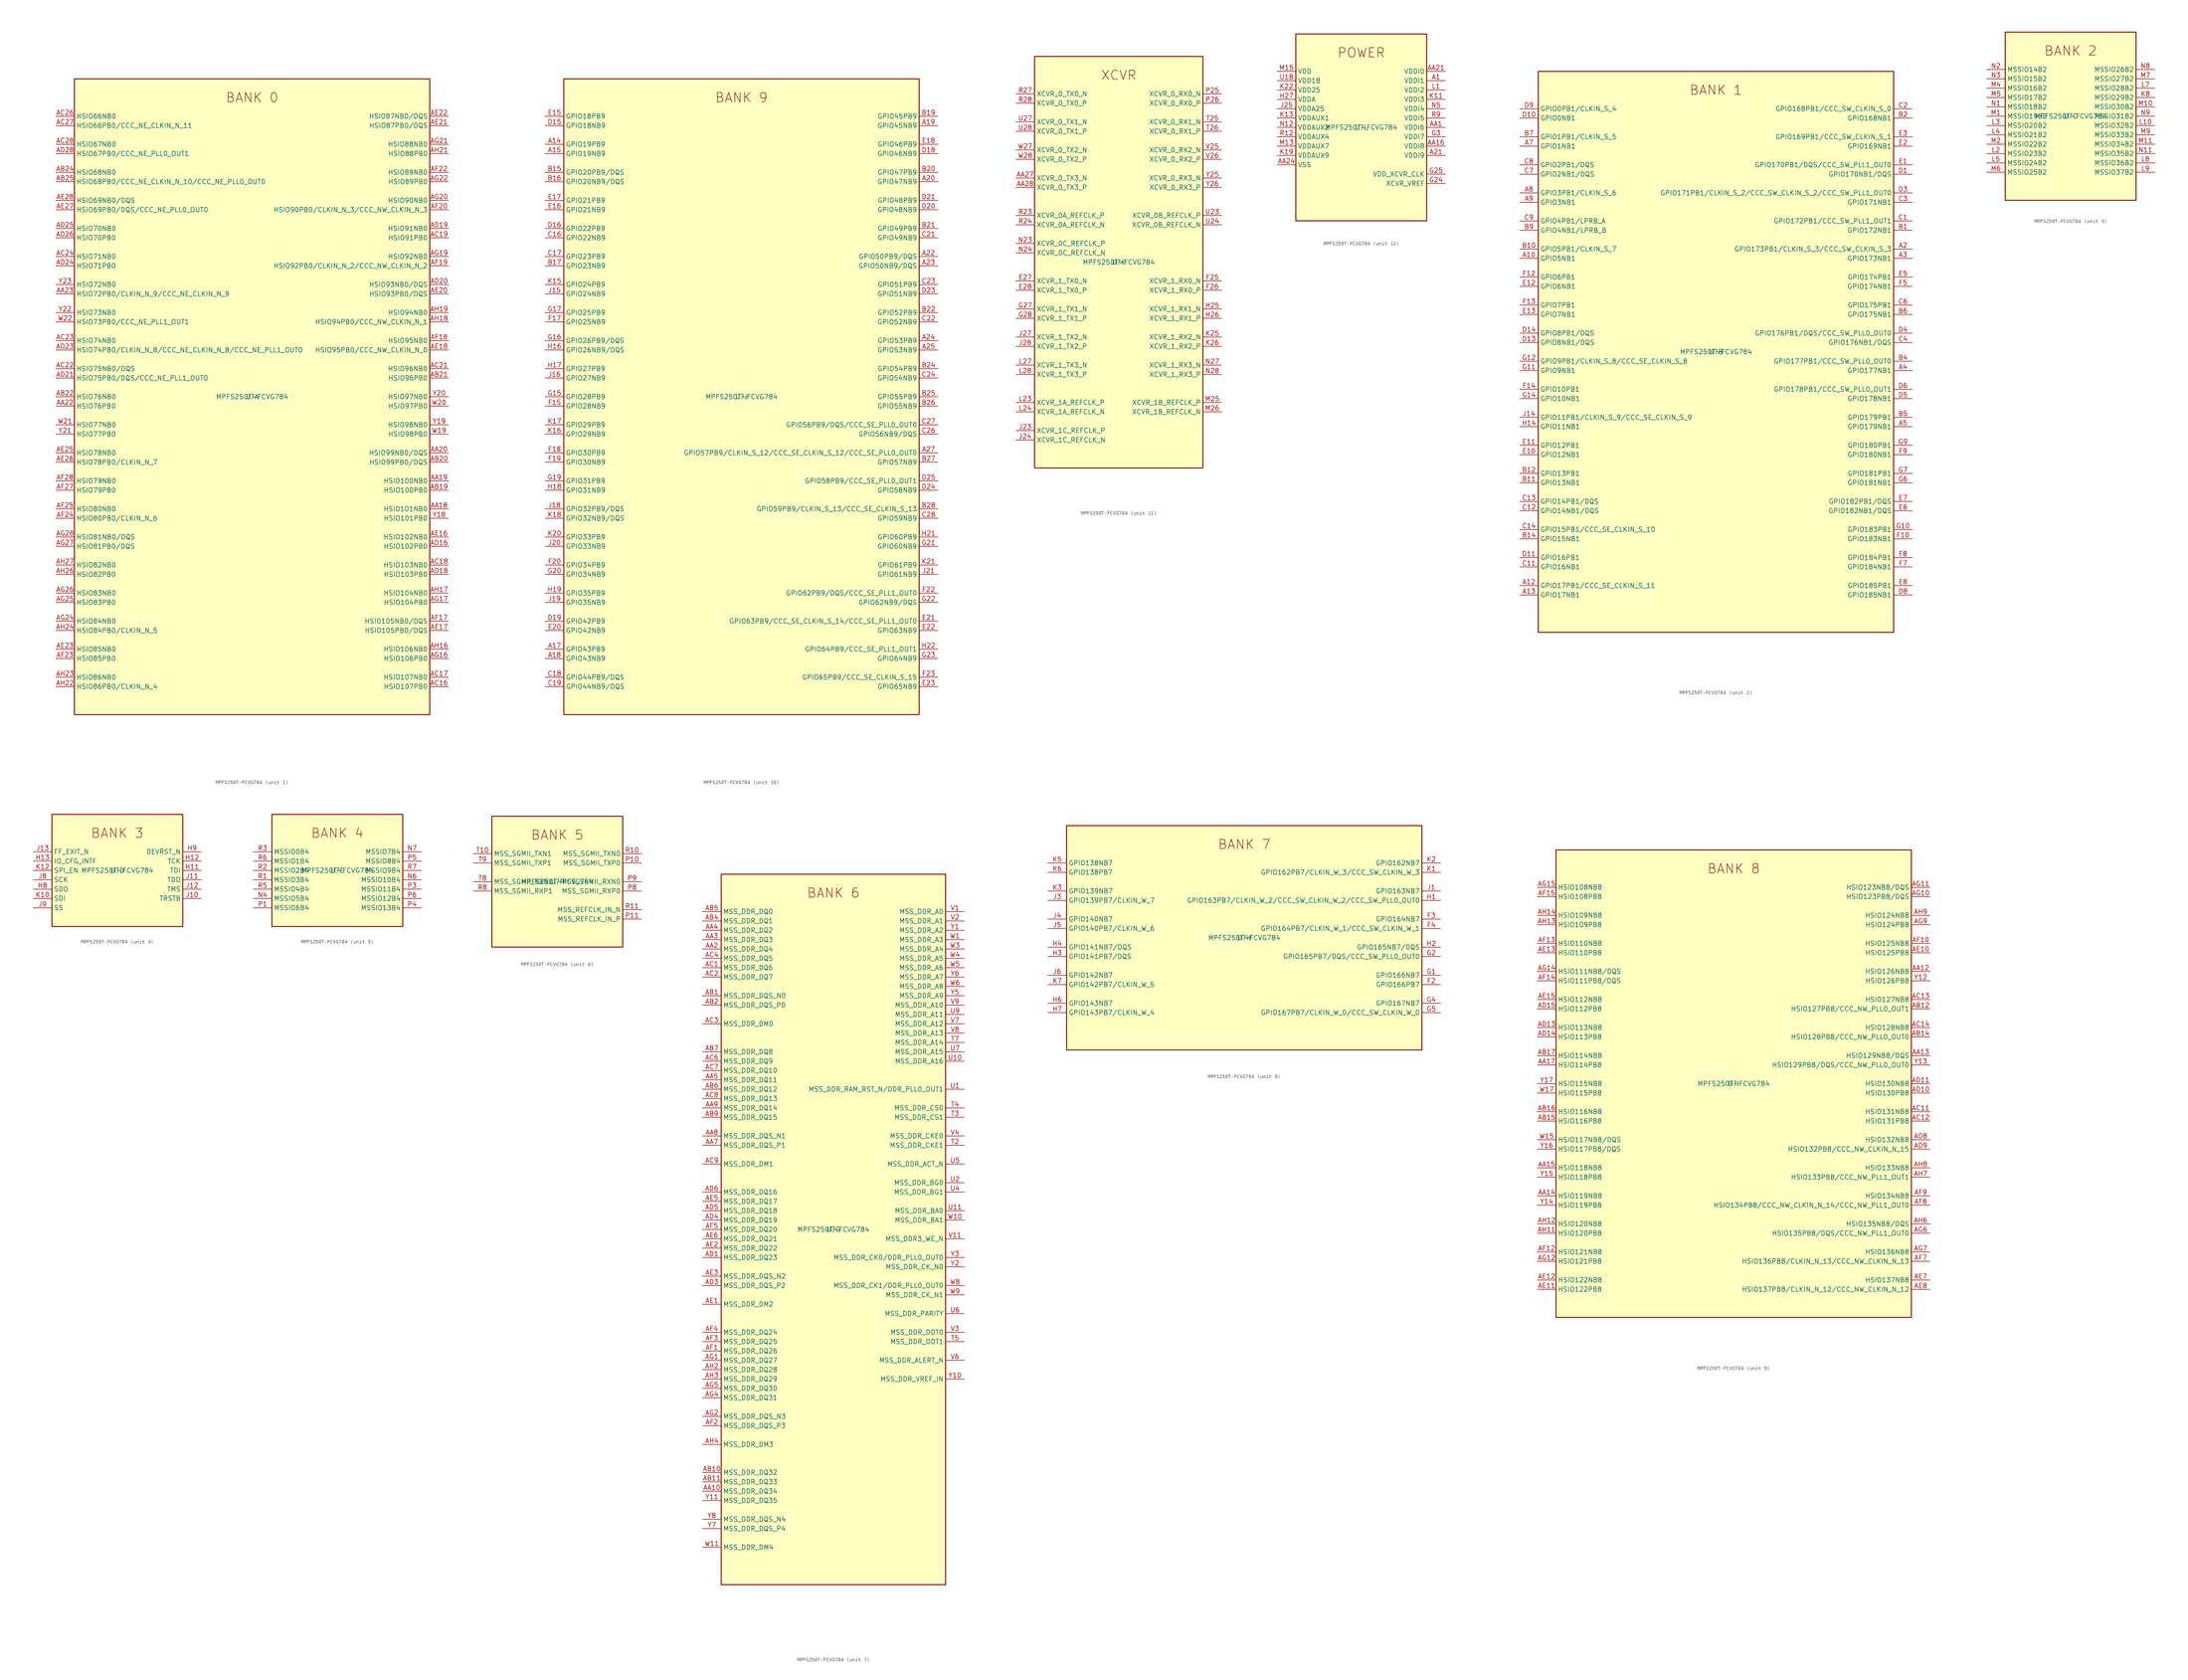
<source format=kicad_sym>
(kicad_symbol_lib
  (version 20211014)
  (generator kicad-library-utils)
  (symbol "MPFS250T-FCVG784"
    (property "Reference" "U"
      (at 0.0 0.0 0.0)
      (effects (font (size 1.27 1.27))))
    (property "Value" "MPFS250T-FCVG784"
      (at 0.0 0.0 0.0)
      (effects (font (size 1.27 1.27))))
    (property "ki_fp_filters" "Package?BGA:FCVG784?23x23mm?Layout28x28?P0.8mm*"
      (at 0.0 0.0 0.0)
      (effects (font (size 1.27 1.27))))
    (symbol "MPFS250T-FCVG784_1_1"
      (text "BANK 0" (at 0.0 81.28 0) (effects (font (size 2.54 2.54))))
      (rectangle (start -48.26 -86.36) (end 48.26 86.36) (stroke (width 0.254)) (fill (type background)))
      (pin bidirectional line (at -53.34 76.2 0) (length 5.08) (name "HSIO66NB0" (effects (font (size 1.27 1.27)))) (number "AC26" (effects (font (size 1.27 1.27)))))
      (pin bidirectional line (at -53.34 73.66 0) (length 5.08) (name "HSIO66PB0/CCC_NE_CLKIN_N_11" (effects (font (size 1.27 1.27)))) (number "AC27" (effects (font (size 1.27 1.27)))))
      (pin bidirectional line (at -53.34 68.58 0) (length 5.08) (name "HSIO67NB0" (effects (font (size 1.27 1.27)))) (number "AC28" (effects (font (size 1.27 1.27)))))
      (pin bidirectional line (at -53.34 66.04 0) (length 5.08) (name "HSIO67PB0/CCC_NE_PLL0_OUT1" (effects (font (size 1.27 1.27)))) (number "AD28" (effects (font (size 1.27 1.27)))))
      (pin bidirectional line (at -53.34 60.96 0) (length 5.08) (name "HSIO68NB0" (effects (font (size 1.27 1.27)))) (number "AB24" (effects (font (size 1.27 1.27)))))
      (pin bidirectional line (at -53.34 58.42 0) (length 5.08) (name "HSIO68PB0/CCC_NE_CLKIN_N_10/CCC_NE_PLL0_OUT0" (effects (font (size 1.27 1.27)))) (number "AB25" (effects (font (size 1.27 1.27)))))
      (pin bidirectional line (at -53.34 53.34 0) (length 5.08) (name "HSIO69NB0/DQS" (effects (font (size 1.27 1.27)))) (number "AE28" (effects (font (size 1.27 1.27)))))
      (pin bidirectional line (at -53.34 50.8 0) (length 5.08) (name "HSIO69PB0/DQS/CCC_NE_PLL0_OUT0" (effects (font (size 1.27 1.27)))) (number "AE27" (effects (font (size 1.27 1.27)))))
      (pin bidirectional line (at -53.34 45.72 0) (length 5.08) (name "HSIO70NB0" (effects (font (size 1.27 1.27)))) (number "AD25" (effects (font (size 1.27 1.27)))))
      (pin bidirectional line (at -53.34 43.18 0) (length 5.08) (name "HSIO70PB0" (effects (font (size 1.27 1.27)))) (number "AD26" (effects (font (size 1.27 1.27)))))
      (pin bidirectional line (at -53.34 38.1 0) (length 5.08) (name "HSIO71NB0" (effects (font (size 1.27 1.27)))) (number "AC24" (effects (font (size 1.27 1.27)))))
      (pin bidirectional line (at -53.34 35.56 0) (length 5.08) (name "HSIO71PB0" (effects (font (size 1.27 1.27)))) (number "AD24" (effects (font (size 1.27 1.27)))))
      (pin bidirectional line (at -53.34 30.48 0) (length 5.08) (name "HSIO72NB0" (effects (font (size 1.27 1.27)))) (number "Y23" (effects (font (size 1.27 1.27)))))
      (pin bidirectional line (at -53.34 27.94 0) (length 5.08) (name "HSIO72PB0/CLKIN_N_9/CCC_NE_CLKIN_N_9" (effects (font (size 1.27 1.27)))) (number "AA23" (effects (font (size 1.27 1.27)))))
      (pin bidirectional line (at -53.34 22.86 0) (length 5.08) (name "HSIO73NB0" (effects (font (size 1.27 1.27)))) (number "Y22" (effects (font (size 1.27 1.27)))))
      (pin bidirectional line (at -53.34 20.32 0) (length 5.08) (name "HSIO73PB0/CCC_NE_PLL1_OUT1" (effects (font (size 1.27 1.27)))) (number "W22" (effects (font (size 1.27 1.27)))))
      (pin bidirectional line (at -53.34 15.24 0) (length 5.08) (name "HSIO74NB0" (effects (font (size 1.27 1.27)))) (number "AC23" (effects (font (size 1.27 1.27)))))
      (pin bidirectional line (at -53.34 12.7 0) (length 5.08) (name "HSIO74PB0/CLKIN_N_8/CCC_NE_CLKIN_N_8/CCC_NE_PLL1_OUT0" (effects (font (size 1.27 1.27)))) (number "AD23" (effects (font (size 1.27 1.27)))))
      (pin bidirectional line (at -53.34 7.62 0) (length 5.08) (name "HSIO75NB0/DQS" (effects (font (size 1.27 1.27)))) (number "AC22" (effects (font (size 1.27 1.27)))))
      (pin bidirectional line (at -53.34 5.08 0) (length 5.08) (name "HSIO75PB0/DQS/CCC_NE_PLL1_OUT0" (effects (font (size 1.27 1.27)))) (number "AD21" (effects (font (size 1.27 1.27)))))
      (pin bidirectional line (at -53.34 0.0 0) (length 5.08) (name "HSIO76NB0" (effects (font (size 1.27 1.27)))) (number "AB22" (effects (font (size 1.27 1.27)))))
      (pin bidirectional line (at -53.34 -2.54 0) (length 5.08) (name "HSIO76PB0" (effects (font (size 1.27 1.27)))) (number "AA22" (effects (font (size 1.27 1.27)))))
      (pin bidirectional line (at -53.34 -7.62 0) (length 5.08) (name "HSIO77NB0" (effects (font (size 1.27 1.27)))) (number "W21" (effects (font (size 1.27 1.27)))))
      (pin bidirectional line (at -53.34 -10.16 0) (length 5.08) (name "HSIO77PB0" (effects (font (size 1.27 1.27)))) (number "Y21" (effects (font (size 1.27 1.27)))))
      (pin bidirectional line (at -53.34 -15.24 0) (length 5.08) (name "HSIO78NB0" (effects (font (size 1.27 1.27)))) (number "AE25" (effects (font (size 1.27 1.27)))))
      (pin bidirectional line (at -53.34 -17.78 0) (length 5.08) (name "HSIO78PB0/CLKIN_N_7" (effects (font (size 1.27 1.27)))) (number "AE26" (effects (font (size 1.27 1.27)))))
      (pin bidirectional line (at -53.34 -22.86 0) (length 5.08) (name "HSIO79NB0" (effects (font (size 1.27 1.27)))) (number "AF28" (effects (font (size 1.27 1.27)))))
      (pin bidirectional line (at -53.34 -25.4 0) (length 5.08) (name "HSIO79PB0" (effects (font (size 1.27 1.27)))) (number "AF27" (effects (font (size 1.27 1.27)))))
      (pin bidirectional line (at -53.34 -30.48 0) (length 5.08) (name "HSIO80NB0" (effects (font (size 1.27 1.27)))) (number "AF25" (effects (font (size 1.27 1.27)))))
      (pin bidirectional line (at -53.34 -33.02 0) (length 5.08) (name "HSIO80PB0/CLKIN_N_6" (effects (font (size 1.27 1.27)))) (number "AF24" (effects (font (size 1.27 1.27)))))
      (pin bidirectional line (at -53.34 -38.1 0) (length 5.08) (name "HSIO81NB0/DQS" (effects (font (size 1.27 1.27)))) (number "AG28" (effects (font (size 1.27 1.27)))))
      (pin bidirectional line (at -53.34 -40.64 0) (length 5.08) (name "HSIO81PB0/DQS" (effects (font (size 1.27 1.27)))) (number "AG27" (effects (font (size 1.27 1.27)))))
      (pin bidirectional line (at -53.34 -45.72 0) (length 5.08) (name "HSIO82NB0" (effects (font (size 1.27 1.27)))) (number "AH27" (effects (font (size 1.27 1.27)))))
      (pin bidirectional line (at -53.34 -48.26 0) (length 5.08) (name "HSIO82PB0" (effects (font (size 1.27 1.27)))) (number "AH26" (effects (font (size 1.27 1.27)))))
      (pin bidirectional line (at -53.34 -53.34 0) (length 5.08) (name "HSIO83NB0" (effects (font (size 1.27 1.27)))) (number "AG26" (effects (font (size 1.27 1.27)))))
      (pin bidirectional line (at -53.34 -55.88 0) (length 5.08) (name "HSIO83PB0" (effects (font (size 1.27 1.27)))) (number "AG25" (effects (font (size 1.27 1.27)))))
      (pin bidirectional line (at -53.34 -60.96 0) (length 5.08) (name "HSIO84NB0" (effects (font (size 1.27 1.27)))) (number "AG24" (effects (font (size 1.27 1.27)))))
      (pin bidirectional line (at -53.34 -63.5 0) (length 5.08) (name "HSIO84PB0/CLKIN_N_5" (effects (font (size 1.27 1.27)))) (number "AH24" (effects (font (size 1.27 1.27)))))
      (pin bidirectional line (at -53.34 -68.58 0) (length 5.08) (name "HSIO85NB0" (effects (font (size 1.27 1.27)))) (number "AE23" (effects (font (size 1.27 1.27)))))
      (pin bidirectional line (at -53.34 -71.12 0) (length 5.08) (name "HSIO85PB0" (effects (font (size 1.27 1.27)))) (number "AF23" (effects (font (size 1.27 1.27)))))
      (pin bidirectional line (at -53.34 -76.2 0) (length 5.08) (name "HSIO86NB0" (effects (font (size 1.27 1.27)))) (number "AH23" (effects (font (size 1.27 1.27)))))
      (pin bidirectional line (at -53.34 -78.74 0) (length 5.08) (name "HSIO86PB0/CLKIN_N_4" (effects (font (size 1.27 1.27)))) (number "AH22" (effects (font (size 1.27 1.27)))))
      (pin bidirectional line (at 53.34 76.2 180) (length 5.08) (name "HSIO87NB0/DQS" (effects (font (size 1.27 1.27)))) (number "AE22" (effects (font (size 1.27 1.27)))))
      (pin bidirectional line (at 53.34 73.66 180) (length 5.08) (name "HSIO87PB0/DQS" (effects (font (size 1.27 1.27)))) (number "AE21" (effects (font (size 1.27 1.27)))))
      (pin bidirectional line (at 53.34 68.58 180) (length 5.08) (name "HSIO88NB0" (effects (font (size 1.27 1.27)))) (number "AG21" (effects (font (size 1.27 1.27)))))
      (pin bidirectional line (at 53.34 66.04 180) (length 5.08) (name "HSIO88PB0" (effects (font (size 1.27 1.27)))) (number "AH21" (effects (font (size 1.27 1.27)))))
      (pin bidirectional line (at 53.34 60.96 180) (length 5.08) (name "HSIO89NB0" (effects (font (size 1.27 1.27)))) (number "AF22" (effects (font (size 1.27 1.27)))))
      (pin bidirectional line (at 53.34 58.42 180) (length 5.08) (name "HSIO89PB0" (effects (font (size 1.27 1.27)))) (number "AG22" (effects (font (size 1.27 1.27)))))
      (pin bidirectional line (at 53.34 53.34 180) (length 5.08) (name "HSIO90NB0" (effects (font (size 1.27 1.27)))) (number "AG20" (effects (font (size 1.27 1.27)))))
      (pin bidirectional line (at 53.34 50.8 180) (length 5.08) (name "HSIO90PB0/CLKIN_N_3/CCC_NW_CLKIN_N_3" (effects (font (size 1.27 1.27)))) (number "AF20" (effects (font (size 1.27 1.27)))))
      (pin bidirectional line (at 53.34 45.72 180) (length 5.08) (name "HSIO91NB0" (effects (font (size 1.27 1.27)))) (number "AD19" (effects (font (size 1.27 1.27)))))
      (pin bidirectional line (at 53.34 43.18 180) (length 5.08) (name "HSIO91PB0" (effects (font (size 1.27 1.27)))) (number "AC19" (effects (font (size 1.27 1.27)))))
      (pin bidirectional line (at 53.34 38.1 180) (length 5.08) (name "HSIO92NB0" (effects (font (size 1.27 1.27)))) (number "AG19" (effects (font (size 1.27 1.27)))))
      (pin bidirectional line (at 53.34 35.56 180) (length 5.08) (name "HSIO92PB0/CLKIN_N_2/CCC_NW_CLKIN_N_2" (effects (font (size 1.27 1.27)))) (number "AF19" (effects (font (size 1.27 1.27)))))
      (pin bidirectional line (at 53.34 30.48 180) (length 5.08) (name "HSIO93NB0/DQS" (effects (font (size 1.27 1.27)))) (number "AD20" (effects (font (size 1.27 1.27)))))
      (pin bidirectional line (at 53.34 27.94 180) (length 5.08) (name "HSIO93PB0/DQS" (effects (font (size 1.27 1.27)))) (number "AE20" (effects (font (size 1.27 1.27)))))
      (pin bidirectional line (at 53.34 22.86 180) (length 5.08) (name "HSIO94NB0" (effects (font (size 1.27 1.27)))) (number "AH19" (effects (font (size 1.27 1.27)))))
      (pin bidirectional line (at 53.34 20.32 180) (length 5.08) (name "HSIO94PB0/CCC_NW_CLKIN_N_1" (effects (font (size 1.27 1.27)))) (number "AH18" (effects (font (size 1.27 1.27)))))
      (pin bidirectional line (at 53.34 15.24 180) (length 5.08) (name "HSIO95NB0" (effects (font (size 1.27 1.27)))) (number "AF18" (effects (font (size 1.27 1.27)))))
      (pin bidirectional line (at 53.34 12.7 180) (length 5.08) (name "HSIO95PB0/CCC_NW_CLKIN_N_0" (effects (font (size 1.27 1.27)))) (number "AE18" (effects (font (size 1.27 1.27)))))
      (pin bidirectional line (at 53.34 7.62 180) (length 5.08) (name "HSIO96NB0" (effects (font (size 1.27 1.27)))) (number "AC21" (effects (font (size 1.27 1.27)))))
      (pin bidirectional line (at 53.34 5.08 180) (length 5.08) (name "HSIO96PB0" (effects (font (size 1.27 1.27)))) (number "AB21" (effects (font (size 1.27 1.27)))))
      (pin bidirectional line (at 53.34 0.0 180) (length 5.08) (name "HSIO97NB0" (effects (font (size 1.27 1.27)))) (number "Y20" (effects (font (size 1.27 1.27)))))
      (pin bidirectional line (at 53.34 -2.54 180) (length 5.08) (name "HSIO97PB0" (effects (font (size 1.27 1.27)))) (number "W20" (effects (font (size 1.27 1.27)))))
      (pin bidirectional line (at 53.34 -7.62 180) (length 5.08) (name "HSIO98NB0" (effects (font (size 1.27 1.27)))) (number "Y19" (effects (font (size 1.27 1.27)))))
      (pin bidirectional line (at 53.34 -10.16 180) (length 5.08) (name "HSIO98PB0" (effects (font (size 1.27 1.27)))) (number "W19" (effects (font (size 1.27 1.27)))))
      (pin bidirectional line (at 53.34 -15.24 180) (length 5.08) (name "HSIO99NB0/DQS" (effects (font (size 1.27 1.27)))) (number "AA20" (effects (font (size 1.27 1.27)))))
      (pin bidirectional line (at 53.34 -17.78 180) (length 5.08) (name "HSIO99PB0/DQS" (effects (font (size 1.27 1.27)))) (number "AB20" (effects (font (size 1.27 1.27)))))
      (pin bidirectional line (at 53.34 -22.86 180) (length 5.08) (name "HSIO100NB0" (effects (font (size 1.27 1.27)))) (number "AA19" (effects (font (size 1.27 1.27)))))
      (pin bidirectional line (at 53.34 -25.4 180) (length 5.08) (name "HSIO100PB0" (effects (font (size 1.27 1.27)))) (number "AB19" (effects (font (size 1.27 1.27)))))
      (pin bidirectional line (at 53.34 -30.48 180) (length 5.08) (name "HSIO101NB0" (effects (font (size 1.27 1.27)))) (number "AA18" (effects (font (size 1.27 1.27)))))
      (pin bidirectional line (at 53.34 -33.02 180) (length 5.08) (name "HSIO101PB0" (effects (font (size 1.27 1.27)))) (number "Y18" (effects (font (size 1.27 1.27)))))
      (pin bidirectional line (at 53.34 -38.1 180) (length 5.08) (name "HSIO102NB0" (effects (font (size 1.27 1.27)))) (number "AE16" (effects (font (size 1.27 1.27)))))
      (pin bidirectional line (at 53.34 -40.64 180) (length 5.08) (name "HSIO102PB0" (effects (font (size 1.27 1.27)))) (number "AD16" (effects (font (size 1.27 1.27)))))
      (pin bidirectional line (at 53.34 -45.72 180) (length 5.08) (name "HSIO103NB0" (effects (font (size 1.27 1.27)))) (number "AC18" (effects (font (size 1.27 1.27)))))
      (pin bidirectional line (at 53.34 -48.26 180) (length 5.08) (name "HSIO103PB0" (effects (font (size 1.27 1.27)))) (number "AD18" (effects (font (size 1.27 1.27)))))
      (pin bidirectional line (at 53.34 -53.34 180) (length 5.08) (name "HSIO104NB0" (effects (font (size 1.27 1.27)))) (number "AH17" (effects (font (size 1.27 1.27)))))
      (pin bidirectional line (at 53.34 -55.88 180) (length 5.08) (name "HSIO104PB0" (effects (font (size 1.27 1.27)))) (number "AG17" (effects (font (size 1.27 1.27)))))
      (pin bidirectional line (at 53.34 -60.96 180) (length 5.08) (name "HSIO105NB0/DQS" (effects (font (size 1.27 1.27)))) (number "AF17" (effects (font (size 1.27 1.27)))))
      (pin bidirectional line (at 53.34 -63.5 180) (length 5.08) (name "HSIO105PB0/DQS" (effects (font (size 1.27 1.27)))) (number "AE17" (effects (font (size 1.27 1.27)))))
      (pin bidirectional line (at 53.34 -68.58 180) (length 5.08) (name "HSIO106NB0" (effects (font (size 1.27 1.27)))) (number "AH16" (effects (font (size 1.27 1.27)))))
      (pin bidirectional line (at 53.34 -71.12 180) (length 5.08) (name "HSIO106PB0" (effects (font (size 1.27 1.27)))) (number "AG16" (effects (font (size 1.27 1.27)))))
      (pin bidirectional line (at 53.34 -76.2 180) (length 5.08) (name "HSIO107NB0" (effects (font (size 1.27 1.27)))) (number "AC17" (effects (font (size 1.27 1.27)))))
      (pin bidirectional line (at 53.34 -78.74 180) (length 5.08) (name "HSIO107PB0" (effects (font (size 1.27 1.27)))) (number "AC16" (effects (font (size 1.27 1.27))))))
    (symbol "MPFS250T-FCVG784_2_1"
      (text "BANK 1" (at 0.0 71.12 0) (effects (font (size 2.54 2.54))))
      (rectangle (start -48.26 -76.2) (end 48.26 76.2) (stroke (width 0.254)) (fill (type background)))
      (pin bidirectional line (at -53.34 66.04 0) (length 5.08) (name "GPIO0PB1/CLKIN_S_4" (effects (font (size 1.27 1.27)))) (number "D9" (effects (font (size 1.27 1.27)))))
      (pin bidirectional line (at -53.34 63.5 0) (length 5.08) (name "GPIO0NB1" (effects (font (size 1.27 1.27)))) (number "D10" (effects (font (size 1.27 1.27)))))
      (pin bidirectional line (at -53.34 58.42 0) (length 5.08) (name "GPIO1PB1/CLKIN_S_5" (effects (font (size 1.27 1.27)))) (number "B7" (effects (font (size 1.27 1.27)))))
      (pin bidirectional line (at -53.34 55.88 0) (length 5.08) (name "GPIO1NB1" (effects (font (size 1.27 1.27)))) (number "A7" (effects (font (size 1.27 1.27)))))
      (pin bidirectional line (at -53.34 50.8 0) (length 5.08) (name "GPIO2PB1/DQS" (effects (font (size 1.27 1.27)))) (number "C8" (effects (font (size 1.27 1.27)))))
      (pin bidirectional line (at -53.34 48.26 0) (length 5.08) (name "GPIO2NB1/DQS" (effects (font (size 1.27 1.27)))) (number "C7" (effects (font (size 1.27 1.27)))))
      (pin bidirectional line (at -53.34 43.18 0) (length 5.08) (name "GPIO3PB1/CLKIN_S_6" (effects (font (size 1.27 1.27)))) (number "A8" (effects (font (size 1.27 1.27)))))
      (pin bidirectional line (at -53.34 40.64 0) (length 5.08) (name "GPIO3NB1" (effects (font (size 1.27 1.27)))) (number "A9" (effects (font (size 1.27 1.27)))))
      (pin bidirectional line (at -53.34 35.56 0) (length 5.08) (name "GPIO4PB1/LPRB_A" (effects (font (size 1.27 1.27)))) (number "C9" (effects (font (size 1.27 1.27)))))
      (pin bidirectional line (at -53.34 33.02 0) (length 5.08) (name "GPIO4NB1/LPRB_B" (effects (font (size 1.27 1.27)))) (number "B9" (effects (font (size 1.27 1.27)))))
      (pin bidirectional line (at -53.34 27.94 0) (length 5.08) (name "GPIO5PB1/CLKIN_S_7" (effects (font (size 1.27 1.27)))) (number "B10" (effects (font (size 1.27 1.27)))))
      (pin bidirectional line (at -53.34 25.4 0) (length 5.08) (name "GPIO5NB1" (effects (font (size 1.27 1.27)))) (number "A10" (effects (font (size 1.27 1.27)))))
      (pin bidirectional line (at -53.34 20.32 0) (length 5.08) (name "GPIO6PB1" (effects (font (size 1.27 1.27)))) (number "F12" (effects (font (size 1.27 1.27)))))
      (pin bidirectional line (at -53.34 17.78 0) (length 5.08) (name "GPIO6NB1" (effects (font (size 1.27 1.27)))) (number "E12" (effects (font (size 1.27 1.27)))))
      (pin bidirectional line (at -53.34 12.7 0) (length 5.08) (name "GPIO7PB1" (effects (font (size 1.27 1.27)))) (number "F13" (effects (font (size 1.27 1.27)))))
      (pin bidirectional line (at -53.34 10.16 0) (length 5.08) (name "GPIO7NB1" (effects (font (size 1.27 1.27)))) (number "E13" (effects (font (size 1.27 1.27)))))
      (pin bidirectional line (at -53.34 5.08 0) (length 5.08) (name "GPIO8PB1/DQS" (effects (font (size 1.27 1.27)))) (number "D14" (effects (font (size 1.27 1.27)))))
      (pin bidirectional line (at -53.34 2.54 0) (length 5.08) (name "GPIO8NB1/DQS" (effects (font (size 1.27 1.27)))) (number "D13" (effects (font (size 1.27 1.27)))))
      (pin bidirectional line (at -53.34 -2.54 0) (length 5.08) (name "GPIO9PB1/CLKIN_S_8/CCC_SE_CLKIN_S_8" (effects (font (size 1.27 1.27)))) (number "G12" (effects (font (size 1.27 1.27)))))
      (pin bidirectional line (at -53.34 -5.08 0) (length 5.08) (name "GPIO9NB1" (effects (font (size 1.27 1.27)))) (number "G11" (effects (font (size 1.27 1.27)))))
      (pin bidirectional line (at -53.34 -10.16 0) (length 5.08) (name "GPIO10PB1" (effects (font (size 1.27 1.27)))) (number "F14" (effects (font (size 1.27 1.27)))))
      (pin bidirectional line (at -53.34 -12.7 0) (length 5.08) (name "GPIO10NB1" (effects (font (size 1.27 1.27)))) (number "G14" (effects (font (size 1.27 1.27)))))
      (pin bidirectional line (at -53.34 -17.78 0) (length 5.08) (name "GPIO11PB1/CLKIN_S_9/CCC_SE_CLKIN_S_9" (effects (font (size 1.27 1.27)))) (number "J14" (effects (font (size 1.27 1.27)))))
      (pin bidirectional line (at -53.34 -20.32 0) (length 5.08) (name "GPIO11NB1" (effects (font (size 1.27 1.27)))) (number "H14" (effects (font (size 1.27 1.27)))))
      (pin bidirectional line (at -53.34 -25.4 0) (length 5.08) (name "GPIO12PB1" (effects (font (size 1.27 1.27)))) (number "E11" (effects (font (size 1.27 1.27)))))
      (pin bidirectional line (at -53.34 -27.94 0) (length 5.08) (name "GPIO12NB1" (effects (font (size 1.27 1.27)))) (number "E10" (effects (font (size 1.27 1.27)))))
      (pin bidirectional line (at -53.34 -33.02 0) (length 5.08) (name "GPIO13PB1" (effects (font (size 1.27 1.27)))) (number "B12" (effects (font (size 1.27 1.27)))))
      (pin bidirectional line (at -53.34 -35.56 0) (length 5.08) (name "GPIO13NB1" (effects (font (size 1.27 1.27)))) (number "B11" (effects (font (size 1.27 1.27)))))
      (pin bidirectional line (at -53.34 -40.64 0) (length 5.08) (name "GPIO14PB1/DQS" (effects (font (size 1.27 1.27)))) (number "C13" (effects (font (size 1.27 1.27)))))
      (pin bidirectional line (at -53.34 -43.18 0) (length 5.08) (name "GPIO14NB1/DQS" (effects (font (size 1.27 1.27)))) (number "C12" (effects (font (size 1.27 1.27)))))
      (pin bidirectional line (at -53.34 -48.26 0) (length 5.08) (name "GPIO15PB1/CCC_SE_CLKIN_S_10" (effects (font (size 1.27 1.27)))) (number "C14" (effects (font (size 1.27 1.27)))))
      (pin bidirectional line (at -53.34 -50.8 0) (length 5.08) (name "GPIO15NB1" (effects (font (size 1.27 1.27)))) (number "B14" (effects (font (size 1.27 1.27)))))
      (pin bidirectional line (at -53.34 -55.88 0) (length 5.08) (name "GPIO16PB1" (effects (font (size 1.27 1.27)))) (number "D11" (effects (font (size 1.27 1.27)))))
      (pin bidirectional line (at -53.34 -58.42 0) (length 5.08) (name "GPIO16NB1" (effects (font (size 1.27 1.27)))) (number "C11" (effects (font (size 1.27 1.27)))))
      (pin bidirectional line (at -53.34 -63.5 0) (length 5.08) (name "GPIO17PB1/CCC_SE_CLKIN_S_11" (effects (font (size 1.27 1.27)))) (number "A12" (effects (font (size 1.27 1.27)))))
      (pin bidirectional line (at -53.34 -66.04 0) (length 5.08) (name "GPIO17NB1" (effects (font (size 1.27 1.27)))) (number "A13" (effects (font (size 1.27 1.27)))))
      (pin bidirectional line (at 53.34 66.04 180) (length 5.08) (name "GPIO168PB1/CCC_SW_CLKIN_S_0" (effects (font (size 1.27 1.27)))) (number "C2" (effects (font (size 1.27 1.27)))))
      (pin bidirectional line (at 53.34 63.5 180) (length 5.08) (name "GPIO168NB1" (effects (font (size 1.27 1.27)))) (number "B2" (effects (font (size 1.27 1.27)))))
      (pin bidirectional line (at 53.34 58.42 180) (length 5.08) (name "GPIO169PB1/CCC_SW_CLKIN_S_1" (effects (font (size 1.27 1.27)))) (number "E3" (effects (font (size 1.27 1.27)))))
      (pin bidirectional line (at 53.34 55.88 180) (length 5.08) (name "GPIO169NB1" (effects (font (size 1.27 1.27)))) (number "E2" (effects (font (size 1.27 1.27)))))
      (pin bidirectional line (at 53.34 50.8 180) (length 5.08) (name "GPIO170PB1/DQS/CCC_SW_PLL1_OUT0" (effects (font (size 1.27 1.27)))) (number "E1" (effects (font (size 1.27 1.27)))))
      (pin bidirectional line (at 53.34 48.26 180) (length 5.08) (name "GPIO170NB1/DQS" (effects (font (size 1.27 1.27)))) (number "D1" (effects (font (size 1.27 1.27)))))
      (pin bidirectional line (at 53.34 43.18 180) (length 5.08) (name "GPIO171PB1/CLKIN_S_2/CCC_SW_CLKIN_S_2/CCC_SW_PLL1_OUT0" (effects (font (size 1.27 1.27)))) (number "D3" (effects (font (size 1.27 1.27)))))
      (pin bidirectional line (at 53.34 40.64 180) (length 5.08) (name "GPIO171NB1" (effects (font (size 1.27 1.27)))) (number "C3" (effects (font (size 1.27 1.27)))))
      (pin bidirectional line (at 53.34 35.56 180) (length 5.08) (name "GPIO172PB1/CCC_SW_PLL1_OUT1" (effects (font (size 1.27 1.27)))) (number "C1" (effects (font (size 1.27 1.27)))))
      (pin bidirectional line (at 53.34 33.02 180) (length 5.08) (name "GPIO172NB1" (effects (font (size 1.27 1.27)))) (number "B1" (effects (font (size 1.27 1.27)))))
      (pin bidirectional line (at 53.34 27.94 180) (length 5.08) (name "GPIO173PB1/CLKIN_S_3/CCC_SW_CLKIN_S_3" (effects (font (size 1.27 1.27)))) (number "A2" (effects (font (size 1.27 1.27)))))
      (pin bidirectional line (at 53.34 25.4 180) (length 5.08) (name "GPIO173NB1" (effects (font (size 1.27 1.27)))) (number "A3" (effects (font (size 1.27 1.27)))))
      (pin bidirectional line (at 53.34 20.32 180) (length 5.08) (name "GPIO174PB1" (effects (font (size 1.27 1.27)))) (number "E5" (effects (font (size 1.27 1.27)))))
      (pin bidirectional line (at 53.34 17.78 180) (length 5.08) (name "GPIO174NB1" (effects (font (size 1.27 1.27)))) (number "F5" (effects (font (size 1.27 1.27)))))
      (pin bidirectional line (at 53.34 12.7 180) (length 5.08) (name "GPIO175PB1" (effects (font (size 1.27 1.27)))) (number "C6" (effects (font (size 1.27 1.27)))))
      (pin bidirectional line (at 53.34 10.16 180) (length 5.08) (name "GPIO175NB1" (effects (font (size 1.27 1.27)))) (number "B6" (effects (font (size 1.27 1.27)))))
      (pin bidirectional line (at 53.34 5.08 180) (length 5.08) (name "GPIO176PB1/DQS/CCC_SW_PLL0_OUT0" (effects (font (size 1.27 1.27)))) (number "D4" (effects (font (size 1.27 1.27)))))
      (pin bidirectional line (at 53.34 2.54 180) (length 5.08) (name "GPIO176NB1/DQS" (effects (font (size 1.27 1.27)))) (number "C4" (effects (font (size 1.27 1.27)))))
      (pin bidirectional line (at 53.34 -2.54 180) (length 5.08) (name "GPIO177PB1/CCC_SW_PLL0_OUT0" (effects (font (size 1.27 1.27)))) (number "B4" (effects (font (size 1.27 1.27)))))
      (pin bidirectional line (at 53.34 -5.08 180) (length 5.08) (name "GPIO177NB1" (effects (font (size 1.27 1.27)))) (number "A4" (effects (font (size 1.27 1.27)))))
      (pin bidirectional line (at 53.34 -10.16 180) (length 5.08) (name "GPIO178PB1/CCC_SW_PLL0_OUT1" (effects (font (size 1.27 1.27)))) (number "D6" (effects (font (size 1.27 1.27)))))
      (pin bidirectional line (at 53.34 -12.7 180) (length 5.08) (name "GPIO178NB1" (effects (font (size 1.27 1.27)))) (number "D5" (effects (font (size 1.27 1.27)))))
      (pin bidirectional line (at 53.34 -17.78 180) (length 5.08) (name "GPIO179PB1" (effects (font (size 1.27 1.27)))) (number "B5" (effects (font (size 1.27 1.27)))))
      (pin bidirectional line (at 53.34 -20.32 180) (length 5.08) (name "GPIO179NB1" (effects (font (size 1.27 1.27)))) (number "A5" (effects (font (size 1.27 1.27)))))
      (pin bidirectional line (at 53.34 -25.4 180) (length 5.08) (name "GPIO180PB1" (effects (font (size 1.27 1.27)))) (number "G9" (effects (font (size 1.27 1.27)))))
      (pin bidirectional line (at 53.34 -27.94 180) (length 5.08) (name "GPIO180NB1" (effects (font (size 1.27 1.27)))) (number "F9" (effects (font (size 1.27 1.27)))))
      (pin bidirectional line (at 53.34 -33.02 180) (length 5.08) (name "GPIO181PB1" (effects (font (size 1.27 1.27)))) (number "G7" (effects (font (size 1.27 1.27)))))
      (pin bidirectional line (at 53.34 -35.56 180) (length 5.08) (name "GPIO181NB1" (effects (font (size 1.27 1.27)))) (number "G6" (effects (font (size 1.27 1.27)))))
      (pin bidirectional line (at 53.34 -40.64 180) (length 5.08) (name "GPIO182PB1/DQS" (effects (font (size 1.27 1.27)))) (number "E7" (effects (font (size 1.27 1.27)))))
      (pin bidirectional line (at 53.34 -43.18 180) (length 5.08) (name "GPIO182NB1/DQS" (effects (font (size 1.27 1.27)))) (number "E6" (effects (font (size 1.27 1.27)))))
      (pin bidirectional line (at 53.34 -48.26 180) (length 5.08) (name "GPIO183PB1" (effects (font (size 1.27 1.27)))) (number "G10" (effects (font (size 1.27 1.27)))))
      (pin bidirectional line (at 53.34 -50.8 180) (length 5.08) (name "GPIO183NB1" (effects (font (size 1.27 1.27)))) (number "F10" (effects (font (size 1.27 1.27)))))
      (pin bidirectional line (at 53.34 -55.88 180) (length 5.08) (name "GPIO184PB1" (effects (font (size 1.27 1.27)))) (number "F8" (effects (font (size 1.27 1.27)))))
      (pin bidirectional line (at 53.34 -58.42 180) (length 5.08) (name "GPIO184NB1" (effects (font (size 1.27 1.27)))) (number "F7" (effects (font (size 1.27 1.27)))))
      (pin bidirectional line (at 53.34 -63.5 180) (length 5.08) (name "GPIO185PB1" (effects (font (size 1.27 1.27)))) (number "E8" (effects (font (size 1.27 1.27)))))
      (pin bidirectional line (at 53.34 -66.04 180) (length 5.08) (name "GPIO185NB1" (effects (font (size 1.27 1.27)))) (number "D8" (effects (font (size 1.27 1.27))))))
    (symbol "MPFS250T-FCVG784_3_1"
      (text "BANK 2" (at 0.0 17.78 0) (effects (font (size 2.54 2.54))))
      (rectangle (start -17.78 -22.86) (end 17.78 22.86) (stroke (width 0.254)) (fill (type background)))
      (pin bidirectional line (at -22.86 12.7 0) (length 5.08) (name "MSSIO14B2" (effects (font (size 1.27 1.27)))) (number "N2" (effects (font (size 1.27 1.27)))))
      (pin bidirectional line (at -22.86 10.16 0) (length 5.08) (name "MSSIO15B2" (effects (font (size 1.27 1.27)))) (number "N3" (effects (font (size 1.27 1.27)))))
      (pin bidirectional line (at -22.86 7.62 0) (length 5.08) (name "MSSIO16B2" (effects (font (size 1.27 1.27)))) (number "M4" (effects (font (size 1.27 1.27)))))
      (pin bidirectional line (at -22.86 5.08 0) (length 5.08) (name "MSSIO17B2" (effects (font (size 1.27 1.27)))) (number "M5" (effects (font (size 1.27 1.27)))))
      (pin bidirectional line (at -22.86 2.54 0) (length 5.08) (name "MSSIO18B2" (effects (font (size 1.27 1.27)))) (number "N1" (effects (font (size 1.27 1.27)))))
      (pin bidirectional line (at -22.86 0.0 0) (length 5.08) (name "MSSIO19B2" (effects (font (size 1.27 1.27)))) (number "M1" (effects (font (size 1.27 1.27)))))
      (pin bidirectional line (at -22.86 -2.54 0) (length 5.08) (name "MSSIO20B2" (effects (font (size 1.27 1.27)))) (number "L3" (effects (font (size 1.27 1.27)))))
      (pin bidirectional line (at -22.86 -5.08 0) (length 5.08) (name "MSSIO21B2" (effects (font (size 1.27 1.27)))) (number "L4" (effects (font (size 1.27 1.27)))))
      (pin bidirectional line (at -22.86 -7.62 0) (length 5.08) (name "MSSIO22B2" (effects (font (size 1.27 1.27)))) (number "M2" (effects (font (size 1.27 1.27)))))
      (pin bidirectional line (at -22.86 -10.16 0) (length 5.08) (name "MSSIO23B2" (effects (font (size 1.27 1.27)))) (number "L2" (effects (font (size 1.27 1.27)))))
      (pin bidirectional line (at -22.86 -12.7 0) (length 5.08) (name "MSSIO24B2" (effects (font (size 1.27 1.27)))) (number "L5" (effects (font (size 1.27 1.27)))))
      (pin bidirectional line (at -22.86 -15.24 0) (length 5.08) (name "MSSIO25B2" (effects (font (size 1.27 1.27)))) (number "M6" (effects (font (size 1.27 1.27)))))
      (pin bidirectional line (at 22.86 12.7 180) (length 5.08) (name "MSSIO26B2" (effects (font (size 1.27 1.27)))) (number "N8" (effects (font (size 1.27 1.27)))))
      (pin bidirectional line (at 22.86 10.16 180) (length 5.08) (name "MSSIO27B2" (effects (font (size 1.27 1.27)))) (number "M7" (effects (font (size 1.27 1.27)))))
      (pin bidirectional line (at 22.86 7.62 180) (length 5.08) (name "MSSIO28B2" (effects (font (size 1.27 1.27)))) (number "L7" (effects (font (size 1.27 1.27)))))
      (pin bidirectional line (at 22.86 5.08 180) (length 5.08) (name "MSSIO29B2" (effects (font (size 1.27 1.27)))) (number "K8" (effects (font (size 1.27 1.27)))))
      (pin bidirectional line (at 22.86 2.54 180) (length 5.08) (name "MSSIO30B2" (effects (font (size 1.27 1.27)))) (number "M10" (effects (font (size 1.27 1.27)))))
      (pin bidirectional line (at 22.86 0.0 180) (length 5.08) (name "MSSIO31B2" (effects (font (size 1.27 1.27)))) (number "N9" (effects (font (size 1.27 1.27)))))
      (pin bidirectional line (at 22.86 -2.54 180) (length 5.08) (name "MSSIO32B2" (effects (font (size 1.27 1.27)))) (number "L10" (effects (font (size 1.27 1.27)))))
      (pin bidirectional line (at 22.86 -5.08 180) (length 5.08) (name "MSSIO33B2" (effects (font (size 1.27 1.27)))) (number "M9" (effects (font (size 1.27 1.27)))))
      (pin bidirectional line (at 22.86 -7.62 180) (length 5.08) (name "MSSIO34B2" (effects (font (size 1.27 1.27)))) (number "M11" (effects (font (size 1.27 1.27)))))
      (pin bidirectional line (at 22.86 -10.16 180) (length 5.08) (name "MSSIO35B2" (effects (font (size 1.27 1.27)))) (number "N11" (effects (font (size 1.27 1.27)))))
      (pin bidirectional line (at 22.86 -12.7 180) (length 5.08) (name "MSSIO36B2" (effects (font (size 1.27 1.27)))) (number "L8" (effects (font (size 1.27 1.27)))))
      (pin bidirectional line (at 22.86 -15.24 180) (length 5.08) (name "MSSIO37B2" (effects (font (size 1.27 1.27)))) (number "L9" (effects (font (size 1.27 1.27))))))
    (symbol "MPFS250T-FCVG784_4_1"
      (text "BANK 3" (at 0.0 10.16 0) (effects (font (size 2.54 2.54))))
      (rectangle (start -17.78 -15.24) (end 17.78 15.24) (stroke (width 0.254)) (fill (type background)))
      (pin input line (at -22.86 5.08 0) (length 5.08) (name "FF_EXIT_N" (effects (font (size 1.27 1.27)))) (number "J13" (effects (font (size 1.27 1.27)))))
      (pin input line (at -22.86 2.54 0) (length 5.08) (name "IO_CFG_INTF" (effects (font (size 1.27 1.27)))) (number "H13" (effects (font (size 1.27 1.27)))))
      (pin input line (at -22.86 0.0 0) (length 5.08) (name "SPI_EN" (effects (font (size 1.27 1.27)))) (number "K12" (effects (font (size 1.27 1.27)))))
      (pin bidirectional line (at -22.86 -2.54 0) (length 5.08) (name "SCK" (effects (font (size 1.27 1.27)))) (number "J8" (effects (font (size 1.27 1.27)))))
      (pin output line (at -22.86 -5.08 0) (length 5.08) (name "SDO" (effects (font (size 1.27 1.27)))) (number "H8" (effects (font (size 1.27 1.27)))))
      (pin input line (at -22.86 -7.62 0) (length 5.08) (name "SDI" (effects (font (size 1.27 1.27)))) (number "K10" (effects (font (size 1.27 1.27)))))
      (pin bidirectional line (at -22.86 -10.16 0) (length 5.08) (name "SS" (effects (font (size 1.27 1.27)))) (number "J9" (effects (font (size 1.27 1.27)))))
      (pin input line (at 22.86 5.08 180) (length 5.08) (name "DEVRST_N" (effects (font (size 1.27 1.27)))) (number "H9" (effects (font (size 1.27 1.27)))))
      (pin input line (at 22.86 2.54 180) (length 5.08) (name "TCK" (effects (font (size 1.27 1.27)))) (number "H12" (effects (font (size 1.27 1.27)))))
      (pin input line (at 22.86 0.0 180) (length 5.08) (name "TDI" (effects (font (size 1.27 1.27)))) (number "H11" (effects (font (size 1.27 1.27)))))
      (pin output line (at 22.86 -2.54 180) (length 5.08) (name "TDO" (effects (font (size 1.27 1.27)))) (number "J11" (effects (font (size 1.27 1.27)))))
      (pin input line (at 22.86 -5.08 180) (length 5.08) (name "TMS" (effects (font (size 1.27 1.27)))) (number "J12" (effects (font (size 1.27 1.27)))))
      (pin input line (at 22.86 -7.62 180) (length 5.08) (name "TRSTB" (effects (font (size 1.27 1.27)))) (number "J10" (effects (font (size 1.27 1.27))))))
    (symbol "MPFS250T-FCVG784_5_1"
      (text "BANK 4" (at 0.0 10.16 0) (effects (font (size 2.54 2.54))))
      (rectangle (start -17.78 -15.24) (end 17.78 15.24) (stroke (width 0.254)) (fill (type background)))
      (pin bidirectional line (at -22.86 5.08 0) (length 5.08) (name "MSSIO0B4" (effects (font (size 1.27 1.27)))) (number "R3" (effects (font (size 1.27 1.27)))))
      (pin bidirectional line (at -22.86 2.54 0) (length 5.08) (name "MSSIO1B4" (effects (font (size 1.27 1.27)))) (number "R6" (effects (font (size 1.27 1.27)))))
      (pin bidirectional line (at -22.86 0.0 0) (length 5.08) (name "MSSIO2B4" (effects (font (size 1.27 1.27)))) (number "R2" (effects (font (size 1.27 1.27)))))
      (pin bidirectional line (at -22.86 -2.54 0) (length 5.08) (name "MSSIO3B4" (effects (font (size 1.27 1.27)))) (number "R1" (effects (font (size 1.27 1.27)))))
      (pin bidirectional line (at -22.86 -5.08 0) (length 5.08) (name "MSSIO4B4" (effects (font (size 1.27 1.27)))) (number "R5" (effects (font (size 1.27 1.27)))))
      (pin bidirectional line (at -22.86 -7.62 0) (length 5.08) (name "MSSIO5B4" (effects (font (size 1.27 1.27)))) (number "N4" (effects (font (size 1.27 1.27)))))
      (pin bidirectional line (at -22.86 -10.16 0) (length 5.08) (name "MSSIO6B4" (effects (font (size 1.27 1.27)))) (number "P1" (effects (font (size 1.27 1.27)))))
      (pin bidirectional line (at 22.86 5.08 180) (length 5.08) (name "MSSIO7B4" (effects (font (size 1.27 1.27)))) (number "N7" (effects (font (size 1.27 1.27)))))
      (pin bidirectional line (at 22.86 2.54 180) (length 5.08) (name "MSSIO8B4" (effects (font (size 1.27 1.27)))) (number "P5" (effects (font (size 1.27 1.27)))))
      (pin bidirectional line (at 22.86 0.0 180) (length 5.08) (name "MSSIO9B4" (effects (font (size 1.27 1.27)))) (number "R7" (effects (font (size 1.27 1.27)))))
      (pin bidirectional line (at 22.86 -2.54 180) (length 5.08) (name "MSSIO10B4" (effects (font (size 1.27 1.27)))) (number "N6" (effects (font (size 1.27 1.27)))))
      (pin bidirectional line (at 22.86 -5.08 180) (length 5.08) (name "MSSIO11B4" (effects (font (size 1.27 1.27)))) (number "P3" (effects (font (size 1.27 1.27)))))
      (pin bidirectional line (at 22.86 -7.62 180) (length 5.08) (name "MSSIO12B4" (effects (font (size 1.27 1.27)))) (number "P6" (effects (font (size 1.27 1.27)))))
      (pin bidirectional line (at 22.86 -10.16 180) (length 5.08) (name "MSSIO13B4" (effects (font (size 1.27 1.27)))) (number "P4" (effects (font (size 1.27 1.27))))))
    (symbol "MPFS250T-FCVG784_6_1"
      (text "BANK 5" (at 0.0 12.7 0) (effects (font (size 2.54 2.54))))
      (rectangle (start -17.78 -17.78) (end 17.78 17.78) (stroke (width 0.254)) (fill (type background)))
      (pin bidirectional line (at -22.86 7.62 0) (length 5.08) (name "MSS_SGMII_TXN1" (effects (font (size 1.27 1.27)))) (number "T10" (effects (font (size 1.27 1.27)))))
      (pin bidirectional line (at -22.86 5.08 0) (length 5.08) (name "MSS_SGMII_TXP1" (effects (font (size 1.27 1.27)))) (number "T9" (effects (font (size 1.27 1.27)))))
      (pin bidirectional line (at -22.86 0.0 0) (length 5.08) (name "MSS_SGMII_RXN1" (effects (font (size 1.27 1.27)))) (number "T8" (effects (font (size 1.27 1.27)))))
      (pin bidirectional line (at -22.86 -2.54 0) (length 5.08) (name "MSS_SGMII_RXP1" (effects (font (size 1.27 1.27)))) (number "R8" (effects (font (size 1.27 1.27)))))
      (pin bidirectional line (at 22.86 7.62 180) (length 5.08) (name "MSS_SGMII_TXN0" (effects (font (size 1.27 1.27)))) (number "R10" (effects (font (size 1.27 1.27)))))
      (pin bidirectional line (at 22.86 5.08 180) (length 5.08) (name "MSS_SGMII_TXP0" (effects (font (size 1.27 1.27)))) (number "P10" (effects (font (size 1.27 1.27)))))
      (pin bidirectional line (at 22.86 0.0 180) (length 5.08) (name "MSS_SGMII_RXN0" (effects (font (size 1.27 1.27)))) (number "P9" (effects (font (size 1.27 1.27)))))
      (pin bidirectional line (at 22.86 -2.54 180) (length 5.08) (name "MSS_SGMII_RXP0" (effects (font (size 1.27 1.27)))) (number "P8" (effects (font (size 1.27 1.27)))))
      (pin bidirectional line (at 22.86 -7.62 180) (length 5.08) (name "MSS_REFCLK_IN_N" (effects (font (size 1.27 1.27)))) (number "R11" (effects (font (size 1.27 1.27)))))
      (pin bidirectional line (at 22.86 -10.16 180) (length 5.08) (name "MSS_REFCLK_IN_P" (effects (font (size 1.27 1.27)))) (number "P11" (effects (font (size 1.27 1.27))))))
    (symbol "MPFS250T-FCVG784_7_1"
      (text "BANK 6" (at 0.0 91.44 0) (effects (font (size 2.54 2.54))))
      (rectangle (start -30.48 -96.52) (end 30.48 96.52) (stroke (width 0.254)) (fill (type background)))
      (pin bidirectional line (at -35.56 86.36 0) (length 5.08) (name "MSS_DDR_DQ0" (effects (font (size 1.27 1.27)))) (number "AB5" (effects (font (size 1.27 1.27)))))
      (pin bidirectional line (at -35.56 83.82 0) (length 5.08) (name "MSS_DDR_DQ1" (effects (font (size 1.27 1.27)))) (number "AB4" (effects (font (size 1.27 1.27)))))
      (pin bidirectional line (at -35.56 81.28 0) (length 5.08) (name "MSS_DDR_DQ2" (effects (font (size 1.27 1.27)))) (number "AA4" (effects (font (size 1.27 1.27)))))
      (pin bidirectional line (at -35.56 78.74 0) (length 5.08) (name "MSS_DDR_DQ3" (effects (font (size 1.27 1.27)))) (number "AA3" (effects (font (size 1.27 1.27)))))
      (pin bidirectional line (at -35.56 76.2 0) (length 5.08) (name "MSS_DDR_DQ4" (effects (font (size 1.27 1.27)))) (number "AA2" (effects (font (size 1.27 1.27)))))
      (pin bidirectional line (at -35.56 73.66 0) (length 5.08) (name "MSS_DDR_DQ5" (effects (font (size 1.27 1.27)))) (number "AC4" (effects (font (size 1.27 1.27)))))
      (pin bidirectional line (at -35.56 71.12 0) (length 5.08) (name "MSS_DDR_DQ6" (effects (font (size 1.27 1.27)))) (number "AC1" (effects (font (size 1.27 1.27)))))
      (pin bidirectional line (at -35.56 68.58 0) (length 5.08) (name "MSS_DDR_DQ7" (effects (font (size 1.27 1.27)))) (number "AC2" (effects (font (size 1.27 1.27)))))
      (pin bidirectional line (at -35.56 63.5 0) (length 5.08) (name "MSS_DDR_DQS_N0" (effects (font (size 1.27 1.27)))) (number "AB1" (effects (font (size 1.27 1.27)))))
      (pin bidirectional line (at -35.56 60.96 0) (length 5.08) (name "MSS_DDR_DQS_P0" (effects (font (size 1.27 1.27)))) (number "AB2" (effects (font (size 1.27 1.27)))))
      (pin bidirectional line (at -35.56 55.88 0) (length 5.08) (name "MSS_DDR_DM0" (effects (font (size 1.27 1.27)))) (number "AC3" (effects (font (size 1.27 1.27)))))
      (pin bidirectional line (at -35.56 48.26 0) (length 5.08) (name "MSS_DDR_DQ8" (effects (font (size 1.27 1.27)))) (number "AB7" (effects (font (size 1.27 1.27)))))
      (pin bidirectional line (at -35.56 45.72 0) (length 5.08) (name "MSS_DDR_DQ9" (effects (font (size 1.27 1.27)))) (number "AC6" (effects (font (size 1.27 1.27)))))
      (pin bidirectional line (at -35.56 43.18 0) (length 5.08) (name "MSS_DDR_DQ10" (effects (font (size 1.27 1.27)))) (number "AC7" (effects (font (size 1.27 1.27)))))
      (pin bidirectional line (at -35.56 40.64 0) (length 5.08) (name "MSS_DDR_DQ11" (effects (font (size 1.27 1.27)))) (number "AA5" (effects (font (size 1.27 1.27)))))
      (pin bidirectional line (at -35.56 38.1 0) (length 5.08) (name "MSS_DDR_DQ12" (effects (font (size 1.27 1.27)))) (number "AB6" (effects (font (size 1.27 1.27)))))
      (pin bidirectional line (at -35.56 35.56 0) (length 5.08) (name "MSS_DDR_DQ13" (effects (font (size 1.27 1.27)))) (number "AC8" (effects (font (size 1.27 1.27)))))
      (pin bidirectional line (at -35.56 33.02 0) (length 5.08) (name "MSS_DDR_DQ14" (effects (font (size 1.27 1.27)))) (number "AA9" (effects (font (size 1.27 1.27)))))
      (pin bidirectional line (at -35.56 30.48 0) (length 5.08) (name "MSS_DDR_DQ15" (effects (font (size 1.27 1.27)))) (number "AB9" (effects (font (size 1.27 1.27)))))
      (pin bidirectional line (at -35.56 25.4 0) (length 5.08) (name "MSS_DDR_DQS_N1" (effects (font (size 1.27 1.27)))) (number "AA8" (effects (font (size 1.27 1.27)))))
      (pin bidirectional line (at -35.56 22.86 0) (length 5.08) (name "MSS_DDR_DQS_P1" (effects (font (size 1.27 1.27)))) (number "AA7" (effects (font (size 1.27 1.27)))))
      (pin bidirectional line (at -35.56 17.78 0) (length 5.08) (name "MSS_DDR_DM1" (effects (font (size 1.27 1.27)))) (number "AC9" (effects (font (size 1.27 1.27)))))
      (pin bidirectional line (at -35.56 10.16 0) (length 5.08) (name "MSS_DDR_DQ16" (effects (font (size 1.27 1.27)))) (number "AD6" (effects (font (size 1.27 1.27)))))
      (pin bidirectional line (at -35.56 7.62 0) (length 5.08) (name "MSS_DDR_DQ17" (effects (font (size 1.27 1.27)))) (number "AE5" (effects (font (size 1.27 1.27)))))
      (pin bidirectional line (at -35.56 5.08 0) (length 5.08) (name "MSS_DDR_DQ18" (effects (font (size 1.27 1.27)))) (number "AD5" (effects (font (size 1.27 1.27)))))
      (pin bidirectional line (at -35.56 2.54 0) (length 5.08) (name "MSS_DDR_DQ19" (effects (font (size 1.27 1.27)))) (number "AD4" (effects (font (size 1.27 1.27)))))
      (pin bidirectional line (at -35.56 0.0 0) (length 5.08) (name "MSS_DDR_DQ20" (effects (font (size 1.27 1.27)))) (number "AF5" (effects (font (size 1.27 1.27)))))
      (pin bidirectional line (at -35.56 -2.54 0) (length 5.08) (name "MSS_DDR_DQ21" (effects (font (size 1.27 1.27)))) (number "AE6" (effects (font (size 1.27 1.27)))))
      (pin bidirectional line (at -35.56 -5.08 0) (length 5.08) (name "MSS_DDR_DQ22" (effects (font (size 1.27 1.27)))) (number "AE2" (effects (font (size 1.27 1.27)))))
      (pin bidirectional line (at -35.56 -7.62 0) (length 5.08) (name "MSS_DDR_DQ23" (effects (font (size 1.27 1.27)))) (number "AD1" (effects (font (size 1.27 1.27)))))
      (pin bidirectional line (at -35.56 -12.7 0) (length 5.08) (name "MSS_DDR_DQS_N2" (effects (font (size 1.27 1.27)))) (number "AE3" (effects (font (size 1.27 1.27)))))
      (pin bidirectional line (at -35.56 -15.24 0) (length 5.08) (name "MSS_DDR_DQS_P2" (effects (font (size 1.27 1.27)))) (number "AD3" (effects (font (size 1.27 1.27)))))
      (pin bidirectional line (at -35.56 -20.32 0) (length 5.08) (name "MSS_DDR_DM2" (effects (font (size 1.27 1.27)))) (number "AE1" (effects (font (size 1.27 1.27)))))
      (pin bidirectional line (at -35.56 -27.94 0) (length 5.08) (name "MSS_DDR_DQ24" (effects (font (size 1.27 1.27)))) (number "AF4" (effects (font (size 1.27 1.27)))))
      (pin bidirectional line (at -35.56 -30.48 0) (length 5.08) (name "MSS_DDR_DQ25" (effects (font (size 1.27 1.27)))) (number "AF3" (effects (font (size 1.27 1.27)))))
      (pin bidirectional line (at -35.56 -33.02 0) (length 5.08) (name "MSS_DDR_DQ26" (effects (font (size 1.27 1.27)))) (number "AF1" (effects (font (size 1.27 1.27)))))
      (pin bidirectional line (at -35.56 -35.56 0) (length 5.08) (name "MSS_DDR_DQ27" (effects (font (size 1.27 1.27)))) (number "AG1" (effects (font (size 1.27 1.27)))))
      (pin bidirectional line (at -35.56 -38.1 0) (length 5.08) (name "MSS_DDR_DQ28" (effects (font (size 1.27 1.27)))) (number "AH2" (effects (font (size 1.27 1.27)))))
      (pin bidirectional line (at -35.56 -40.64 0) (length 5.08) (name "MSS_DDR_DQ29" (effects (font (size 1.27 1.27)))) (number "AH3" (effects (font (size 1.27 1.27)))))
      (pin bidirectional line (at -35.56 -43.18 0) (length 5.08) (name "MSS_DDR_DQ30" (effects (font (size 1.27 1.27)))) (number "AG5" (effects (font (size 1.27 1.27)))))
      (pin bidirectional line (at -35.56 -45.72 0) (length 5.08) (name "MSS_DDR_DQ31" (effects (font (size 1.27 1.27)))) (number "AG4" (effects (font (size 1.27 1.27)))))
      (pin bidirectional line (at -35.56 -50.8 0) (length 5.08) (name "MSS_DDR_DQS_N3" (effects (font (size 1.27 1.27)))) (number "AG2" (effects (font (size 1.27 1.27)))))
      (pin bidirectional line (at -35.56 -53.34 0) (length 5.08) (name "MSS_DDR_DQS_P3" (effects (font (size 1.27 1.27)))) (number "AF2" (effects (font (size 1.27 1.27)))))
      (pin bidirectional line (at -35.56 -58.42 0) (length 5.08) (name "MSS_DDR_DM3" (effects (font (size 1.27 1.27)))) (number "AH4" (effects (font (size 1.27 1.27)))))
      (pin bidirectional line (at -35.56 -66.04 0) (length 5.08) (name "MSS_DDR_DQ32" (effects (font (size 1.27 1.27)))) (number "AB10" (effects (font (size 1.27 1.27)))))
      (pin bidirectional line (at -35.56 -68.58 0) (length 5.08) (name "MSS_DDR_DQ33" (effects (font (size 1.27 1.27)))) (number "AB11" (effects (font (size 1.27 1.27)))))
      (pin bidirectional line (at -35.56 -71.12 0) (length 5.08) (name "MSS_DDR_DQ34" (effects (font (size 1.27 1.27)))) (number "AA10" (effects (font (size 1.27 1.27)))))
      (pin bidirectional line (at -35.56 -73.66 0) (length 5.08) (name "MSS_DDR_DQ35" (effects (font (size 1.27 1.27)))) (number "Y11" (effects (font (size 1.27 1.27)))))
      (pin bidirectional line (at -35.56 -78.74 0) (length 5.08) (name "MSS_DDR_DQS_N4" (effects (font (size 1.27 1.27)))) (number "Y8" (effects (font (size 1.27 1.27)))))
      (pin bidirectional line (at -35.56 -81.28 0) (length 5.08) (name "MSS_DDR_DQS_P4" (effects (font (size 1.27 1.27)))) (number "Y7" (effects (font (size 1.27 1.27)))))
      (pin bidirectional line (at -35.56 -86.36 0) (length 5.08) (name "MSS_DDR_DM4" (effects (font (size 1.27 1.27)))) (number "W11" (effects (font (size 1.27 1.27)))))
      (pin bidirectional line (at 35.56 86.36 180) (length 5.08) (name "MSS_DDR_A0" (effects (font (size 1.27 1.27)))) (number "V1" (effects (font (size 1.27 1.27)))))
      (pin bidirectional line (at 35.56 83.82 180) (length 5.08) (name "MSS_DDR_A1" (effects (font (size 1.27 1.27)))) (number "V2" (effects (font (size 1.27 1.27)))))
      (pin bidirectional line (at 35.56 81.28 180) (length 5.08) (name "MSS_DDR_A2" (effects (font (size 1.27 1.27)))) (number "Y1" (effects (font (size 1.27 1.27)))))
      (pin bidirectional line (at 35.56 78.74 180) (length 5.08) (name "MSS_DDR_A3" (effects (font (size 1.27 1.27)))) (number "W1" (effects (font (size 1.27 1.27)))))
      (pin bidirectional line (at 35.56 76.2 180) (length 5.08) (name "MSS_DDR_A4" (effects (font (size 1.27 1.27)))) (number "W3" (effects (font (size 1.27 1.27)))))
      (pin bidirectional line (at 35.56 73.66 180) (length 5.08) (name "MSS_DDR_A5" (effects (font (size 1.27 1.27)))) (number "W4" (effects (font (size 1.27 1.27)))))
      (pin bidirectional line (at 35.56 71.12 180) (length 5.08) (name "MSS_DDR_A6" (effects (font (size 1.27 1.27)))) (number "W5" (effects (font (size 1.27 1.27)))))
      (pin bidirectional line (at 35.56 68.58 180) (length 5.08) (name "MSS_DDR_A7" (effects (font (size 1.27 1.27)))) (number "Y6" (effects (font (size 1.27 1.27)))))
      (pin bidirectional line (at 35.56 66.04 180) (length 5.08) (name "MSS_DDR_A8" (effects (font (size 1.27 1.27)))) (number "W6" (effects (font (size 1.27 1.27)))))
      (pin bidirectional line (at 35.56 63.5 180) (length 5.08) (name "MSS_DDR_A9" (effects (font (size 1.27 1.27)))) (number "Y5" (effects (font (size 1.27 1.27)))))
      (pin bidirectional line (at 35.56 60.96 180) (length 5.08) (name "MSS_DDR_A10" (effects (font (size 1.27 1.27)))) (number "V9" (effects (font (size 1.27 1.27)))))
      (pin bidirectional line (at 35.56 58.42 180) (length 5.08) (name "MSS_DDR_A11" (effects (font (size 1.27 1.27)))) (number "U9" (effects (font (size 1.27 1.27)))))
      (pin bidirectional line (at 35.56 55.88 180) (length 5.08) (name "MSS_DDR_A12" (effects (font (size 1.27 1.27)))) (number "V7" (effects (font (size 1.27 1.27)))))
      (pin bidirectional line (at 35.56 53.34 180) (length 5.08) (name "MSS_DDR_A13" (effects (font (size 1.27 1.27)))) (number "V8" (effects (font (size 1.27 1.27)))))
      (pin bidirectional line (at 35.56 50.8 180) (length 5.08) (name "MSS_DDR_A14" (effects (font (size 1.27 1.27)))) (number "T7" (effects (font (size 1.27 1.27)))))
      (pin bidirectional line (at 35.56 48.26 180) (length 5.08) (name "MSS_DDR_A15" (effects (font (size 1.27 1.27)))) (number "U7" (effects (font (size 1.27 1.27)))))
      (pin bidirectional line (at 35.56 45.72 180) (length 5.08) (name "MSS_DDR_A16" (effects (font (size 1.27 1.27)))) (number "U10" (effects (font (size 1.27 1.27)))))
      (pin bidirectional line (at 35.56 38.1 180) (length 5.08) (name "MSS_DDR_RAM_RST_N/DDR_PLL0_OUT1" (effects (font (size 1.27 1.27)))) (number "U1" (effects (font (size 1.27 1.27)))))
      (pin bidirectional line (at 35.56 33.02 180) (length 5.08) (name "MSS_DDR_CS0" (effects (font (size 1.27 1.27)))) (number "T4" (effects (font (size 1.27 1.27)))))
      (pin bidirectional line (at 35.56 30.48 180) (length 5.08) (name "MSS_DDR_CS1" (effects (font (size 1.27 1.27)))) (number "T3" (effects (font (size 1.27 1.27)))))
      (pin bidirectional line (at 35.56 25.4 180) (length 5.08) (name "MSS_DDR_CKE0" (effects (font (size 1.27 1.27)))) (number "V4" (effects (font (size 1.27 1.27)))))
      (pin bidirectional line (at 35.56 22.86 180) (length 5.08) (name "MSS_DDR_CKE1" (effects (font (size 1.27 1.27)))) (number "T2" (effects (font (size 1.27 1.27)))))
      (pin bidirectional line (at 35.56 17.78 180) (length 5.08) (name "MSS_DDR_ACT_N" (effects (font (size 1.27 1.27)))) (number "U5" (effects (font (size 1.27 1.27)))))
      (pin bidirectional line (at 35.56 12.7 180) (length 5.08) (name "MSS_DDR_BG0" (effects (font (size 1.27 1.27)))) (number "U2" (effects (font (size 1.27 1.27)))))
      (pin bidirectional line (at 35.56 10.16 180) (length 5.08) (name "MSS_DDR_BG1" (effects (font (size 1.27 1.27)))) (number "U4" (effects (font (size 1.27 1.27)))))
      (pin bidirectional line (at 35.56 5.08 180) (length 5.08) (name "MSS_DDR_BA0" (effects (font (size 1.27 1.27)))) (number "U11" (effects (font (size 1.27 1.27)))))
      (pin bidirectional line (at 35.56 2.54 180) (length 5.08) (name "MSS_DDR_BA1" (effects (font (size 1.27 1.27)))) (number "W10" (effects (font (size 1.27 1.27)))))
      (pin bidirectional line (at 35.56 -2.54 180) (length 5.08) (name "MSS_DDR3_WE_N" (effects (font (size 1.27 1.27)))) (number "V11" (effects (font (size 1.27 1.27)))))
      (pin bidirectional line (at 35.56 -7.62 180) (length 5.08) (name "MSS_DDR_CK0/DDR_PLL0_OUT0" (effects (font (size 1.27 1.27)))) (number "Y3" (effects (font (size 1.27 1.27)))))
      (pin bidirectional line (at 35.56 -10.16 180) (length 5.08) (name "MSS_DDR_CK_N0" (effects (font (size 1.27 1.27)))) (number "Y2" (effects (font (size 1.27 1.27)))))
      (pin bidirectional line (at 35.56 -15.24 180) (length 5.08) (name "MSS_DDR_CK1/DDR_PLL0_OUT0" (effects (font (size 1.27 1.27)))) (number "W8" (effects (font (size 1.27 1.27)))))
      (pin bidirectional line (at 35.56 -17.78 180) (length 5.08) (name "MSS_DDR_CK_N1" (effects (font (size 1.27 1.27)))) (number "W9" (effects (font (size 1.27 1.27)))))
      (pin bidirectional line (at 35.56 -22.86 180) (length 5.08) (name "MSS_DDR_PARITY" (effects (font (size 1.27 1.27)))) (number "U6" (effects (font (size 1.27 1.27)))))
      (pin bidirectional line (at 35.56 -27.94 180) (length 5.08) (name "MSS_DDR_ODT0" (effects (font (size 1.27 1.27)))) (number "V3" (effects (font (size 1.27 1.27)))))
      (pin bidirectional line (at 35.56 -30.48 180) (length 5.08) (name "MSS_DDR_ODT1" (effects (font (size 1.27 1.27)))) (number "T5" (effects (font (size 1.27 1.27)))))
      (pin bidirectional line (at 35.56 -35.56 180) (length 5.08) (name "MSS_DDR_ALERT_N" (effects (font (size 1.27 1.27)))) (number "V6" (effects (font (size 1.27 1.27)))))
      (pin input line (at 35.56 -40.64 180) (length 5.08) (name "MSS_DDR_VREF_IN" (effects (font (size 1.27 1.27)))) (number "Y10" (effects (font (size 1.27 1.27))))))
    (symbol "MPFS250T-FCVG784_8_1"
      (text "BANK 7" (at 0.0 25.4 0) (effects (font (size 2.54 2.54))))
      (rectangle (start -48.26 -30.48) (end 48.26 30.48) (stroke (width 0.254)) (fill (type background)))
      (pin bidirectional line (at -53.34 20.32 0) (length 5.08) (name "GPIO138NB7" (effects (font (size 1.27 1.27)))) (number "K5" (effects (font (size 1.27 1.27)))))
      (pin bidirectional line (at -53.34 17.78 0) (length 5.08) (name "GPIO138PB7" (effects (font (size 1.27 1.27)))) (number "K6" (effects (font (size 1.27 1.27)))))
      (pin bidirectional line (at -53.34 12.7 0) (length 5.08) (name "GPIO139NB7" (effects (font (size 1.27 1.27)))) (number "K3" (effects (font (size 1.27 1.27)))))
      (pin bidirectional line (at -53.34 10.16 0) (length 5.08) (name "GPIO139PB7/CLKIN_W_7" (effects (font (size 1.27 1.27)))) (number "J3" (effects (font (size 1.27 1.27)))))
      (pin bidirectional line (at -53.34 5.08 0) (length 5.08) (name "GPIO140NB7" (effects (font (size 1.27 1.27)))) (number "J4" (effects (font (size 1.27 1.27)))))
      (pin bidirectional line (at -53.34 2.54 0) (length 5.08) (name "GPIO140PB7/CLKIN_W_6" (effects (font (size 1.27 1.27)))) (number "J5" (effects (font (size 1.27 1.27)))))
      (pin bidirectional line (at -53.34 -2.54 0) (length 5.08) (name "GPIO141NB7/DQS" (effects (font (size 1.27 1.27)))) (number "H4" (effects (font (size 1.27 1.27)))))
      (pin bidirectional line (at -53.34 -5.08 0) (length 5.08) (name "GPIO141PB7/DQS" (effects (font (size 1.27 1.27)))) (number "H3" (effects (font (size 1.27 1.27)))))
      (pin bidirectional line (at -53.34 -10.16 0) (length 5.08) (name "GPIO142NB7" (effects (font (size 1.27 1.27)))) (number "J6" (effects (font (size 1.27 1.27)))))
      (pin bidirectional line (at -53.34 -12.7 0) (length 5.08) (name "GPIO142PB7/CLKIN_W_5" (effects (font (size 1.27 1.27)))) (number "K7" (effects (font (size 1.27 1.27)))))
      (pin bidirectional line (at -53.34 -17.78 0) (length 5.08) (name "GPIO143NB7" (effects (font (size 1.27 1.27)))) (number "H6" (effects (font (size 1.27 1.27)))))
      (pin bidirectional line (at -53.34 -20.32 0) (length 5.08) (name "GPIO143PB7/CLKIN_W_4" (effects (font (size 1.27 1.27)))) (number "H7" (effects (font (size 1.27 1.27)))))
      (pin bidirectional line (at 53.34 20.32 180) (length 5.08) (name "GPIO162NB7" (effects (font (size 1.27 1.27)))) (number "K2" (effects (font (size 1.27 1.27)))))
      (pin bidirectional line (at 53.34 17.78 180) (length 5.08) (name "GPIO162PB7/CLKIN_W_3/CCC_SW_CLKIN_W_3" (effects (font (size 1.27 1.27)))) (number "K1" (effects (font (size 1.27 1.27)))))
      (pin bidirectional line (at 53.34 12.7 180) (length 5.08) (name "GPIO163NB7" (effects (font (size 1.27 1.27)))) (number "J1" (effects (font (size 1.27 1.27)))))
      (pin bidirectional line (at 53.34 10.16 180) (length 5.08) (name "GPIO163PB7/CLKIN_W_2/CCC_SW_CLKIN_W_2/CCC_SW_PLL0_OUT0" (effects (font (size 1.27 1.27)))) (number "H1" (effects (font (size 1.27 1.27)))))
      (pin bidirectional line (at 53.34 5.08 180) (length 5.08) (name "GPIO164NB7" (effects (font (size 1.27 1.27)))) (number "F3" (effects (font (size 1.27 1.27)))))
      (pin bidirectional line (at 53.34 2.54 180) (length 5.08) (name "GPIO164PB7/CLKIN_W_1/CCC_SW_CLKIN_W_1" (effects (font (size 1.27 1.27)))) (number "F4" (effects (font (size 1.27 1.27)))))
      (pin bidirectional line (at 53.34 -2.54 180) (length 5.08) (name "GPIO165NB7/DQS" (effects (font (size 1.27 1.27)))) (number "H2" (effects (font (size 1.27 1.27)))))
      (pin bidirectional line (at 53.34 -5.08 180) (length 5.08) (name "GPIO165PB7/DQS/CCC_SW_PLL0_OUT0" (effects (font (size 1.27 1.27)))) (number "G2" (effects (font (size 1.27 1.27)))))
      (pin bidirectional line (at 53.34 -10.16 180) (length 5.08) (name "GPIO166NB7" (effects (font (size 1.27 1.27)))) (number "G1" (effects (font (size 1.27 1.27)))))
      (pin bidirectional line (at 53.34 -12.7 180) (length 5.08) (name "GPIO166PB7" (effects (font (size 1.27 1.27)))) (number "F2" (effects (font (size 1.27 1.27)))))
      (pin bidirectional line (at 53.34 -17.78 180) (length 5.08) (name "GPIO167NB7" (effects (font (size 1.27 1.27)))) (number "G4" (effects (font (size 1.27 1.27)))))
      (pin bidirectional line (at 53.34 -20.32 180) (length 5.08) (name "GPIO167PB7/CLKIN_W_0/CCC_SW_CLKIN_W_0" (effects (font (size 1.27 1.27)))) (number "G5" (effects (font (size 1.27 1.27))))))
    (symbol "MPFS250T-FCVG784_9_1"
      (text "BANK 8" (at 0.0 58.42 0) (effects (font (size 2.54 2.54))))
      (rectangle (start -48.26 -63.5) (end 48.26 63.5) (stroke (width 0.254)) (fill (type background)))
      (pin bidirectional line (at -53.34 53.34 0) (length 5.08) (name "HSIO108NB8" (effects (font (size 1.27 1.27)))) (number "AG15" (effects (font (size 1.27 1.27)))))
      (pin bidirectional line (at -53.34 50.8 0) (length 5.08) (name "HSIO108PB8" (effects (font (size 1.27 1.27)))) (number "AF15" (effects (font (size 1.27 1.27)))))
      (pin bidirectional line (at -53.34 45.72 0) (length 5.08) (name "HSIO109NB8" (effects (font (size 1.27 1.27)))) (number "AH14" (effects (font (size 1.27 1.27)))))
      (pin bidirectional line (at -53.34 43.18 0) (length 5.08) (name "HSIO109PB8" (effects (font (size 1.27 1.27)))) (number "AH13" (effects (font (size 1.27 1.27)))))
      (pin bidirectional line (at -53.34 38.1 0) (length 5.08) (name "HSIO110NB8" (effects (font (size 1.27 1.27)))) (number "AF13" (effects (font (size 1.27 1.27)))))
      (pin bidirectional line (at -53.34 35.56 0) (length 5.08) (name "HSIO110PB8" (effects (font (size 1.27 1.27)))) (number "AE13" (effects (font (size 1.27 1.27)))))
      (pin bidirectional line (at -53.34 30.48 0) (length 5.08) (name "HSIO111NB8/DQS" (effects (font (size 1.27 1.27)))) (number "AG14" (effects (font (size 1.27 1.27)))))
      (pin bidirectional line (at -53.34 27.94 0) (length 5.08) (name "HSIO111PB8/DQS" (effects (font (size 1.27 1.27)))) (number "AF14" (effects (font (size 1.27 1.27)))))
      (pin bidirectional line (at -53.34 22.86 0) (length 5.08) (name "HSIO112NB8" (effects (font (size 1.27 1.27)))) (number "AE15" (effects (font (size 1.27 1.27)))))
      (pin bidirectional line (at -53.34 20.32 0) (length 5.08) (name "HSIO112PB8" (effects (font (size 1.27 1.27)))) (number "AD15" (effects (font (size 1.27 1.27)))))
      (pin bidirectional line (at -53.34 15.24 0) (length 5.08) (name "HSIO113NB8" (effects (font (size 1.27 1.27)))) (number "AD13" (effects (font (size 1.27 1.27)))))
      (pin bidirectional line (at -53.34 12.7 0) (length 5.08) (name "HSIO113PB8" (effects (font (size 1.27 1.27)))) (number "AD14" (effects (font (size 1.27 1.27)))))
      (pin bidirectional line (at -53.34 7.62 0) (length 5.08) (name "HSIO114NB8" (effects (font (size 1.27 1.27)))) (number "AB17" (effects (font (size 1.27 1.27)))))
      (pin bidirectional line (at -53.34 5.08 0) (length 5.08) (name "HSIO114PB8" (effects (font (size 1.27 1.27)))) (number "AA17" (effects (font (size 1.27 1.27)))))
      (pin bidirectional line (at -53.34 0.0 0) (length 5.08) (name "HSIO115NB8" (effects (font (size 1.27 1.27)))) (number "Y17" (effects (font (size 1.27 1.27)))))
      (pin bidirectional line (at -53.34 -2.54 0) (length 5.08) (name "HSIO115PB8" (effects (font (size 1.27 1.27)))) (number "W17" (effects (font (size 1.27 1.27)))))
      (pin bidirectional line (at -53.34 -7.62 0) (length 5.08) (name "HSIO116NB8" (effects (font (size 1.27 1.27)))) (number "AB16" (effects (font (size 1.27 1.27)))))
      (pin bidirectional line (at -53.34 -10.16 0) (length 5.08) (name "HSIO116PB8" (effects (font (size 1.27 1.27)))) (number "AB15" (effects (font (size 1.27 1.27)))))
      (pin bidirectional line (at -53.34 -15.24 0) (length 5.08) (name "HSIO117NB8/DQS" (effects (font (size 1.27 1.27)))) (number "W15" (effects (font (size 1.27 1.27)))))
      (pin bidirectional line (at -53.34 -17.78 0) (length 5.08) (name "HSIO117PB8/DQS" (effects (font (size 1.27 1.27)))) (number "Y16" (effects (font (size 1.27 1.27)))))
      (pin bidirectional line (at -53.34 -22.86 0) (length 5.08) (name "HSIO118NB8" (effects (font (size 1.27 1.27)))) (number "AA15" (effects (font (size 1.27 1.27)))))
      (pin bidirectional line (at -53.34 -25.4 0) (length 5.08) (name "HSIO118PB8" (effects (font (size 1.27 1.27)))) (number "Y15" (effects (font (size 1.27 1.27)))))
      (pin bidirectional line (at -53.34 -30.48 0) (length 5.08) (name "HSIO119NB8" (effects (font (size 1.27 1.27)))) (number "AA14" (effects (font (size 1.27 1.27)))))
      (pin bidirectional line (at -53.34 -33.02 0) (length 5.08) (name "HSIO119PB8" (effects (font (size 1.27 1.27)))) (number "Y14" (effects (font (size 1.27 1.27)))))
      (pin bidirectional line (at -53.34 -38.1 0) (length 5.08) (name "HSIO120NB8" (effects (font (size 1.27 1.27)))) (number "AH12" (effects (font (size 1.27 1.27)))))
      (pin bidirectional line (at -53.34 -40.64 0) (length 5.08) (name "HSIO120PB8" (effects (font (size 1.27 1.27)))) (number "AH11" (effects (font (size 1.27 1.27)))))
      (pin bidirectional line (at -53.34 -45.72 0) (length 5.08) (name "HSIO121NB8" (effects (font (size 1.27 1.27)))) (number "AF12" (effects (font (size 1.27 1.27)))))
      (pin bidirectional line (at -53.34 -48.26 0) (length 5.08) (name "HSIO121PB8" (effects (font (size 1.27 1.27)))) (number "AG12" (effects (font (size 1.27 1.27)))))
      (pin bidirectional line (at -53.34 -53.34 0) (length 5.08) (name "HSIO122NB8" (effects (font (size 1.27 1.27)))) (number "AE12" (effects (font (size 1.27 1.27)))))
      (pin bidirectional line (at -53.34 -55.88 0) (length 5.08) (name "HSIO122PB8" (effects (font (size 1.27 1.27)))) (number "AE11" (effects (font (size 1.27 1.27)))))
      (pin bidirectional line (at 53.34 53.34 180) (length 5.08) (name "HSIO123NB8/DQS" (effects (font (size 1.27 1.27)))) (number "AG11" (effects (font (size 1.27 1.27)))))
      (pin bidirectional line (at 53.34 50.8 180) (length 5.08) (name "HSIO123PB8/DQS" (effects (font (size 1.27 1.27)))) (number "AG10" (effects (font (size 1.27 1.27)))))
      (pin bidirectional line (at 53.34 45.72 180) (length 5.08) (name "HSIO124NB8" (effects (font (size 1.27 1.27)))) (number "AH9" (effects (font (size 1.27 1.27)))))
      (pin bidirectional line (at 53.34 43.18 180) (length 5.08) (name "HSIO124PB8" (effects (font (size 1.27 1.27)))) (number "AG9" (effects (font (size 1.27 1.27)))))
      (pin bidirectional line (at 53.34 38.1 180) (length 5.08) (name "HSIO125NB8" (effects (font (size 1.27 1.27)))) (number "AF10" (effects (font (size 1.27 1.27)))))
      (pin bidirectional line (at 53.34 35.56 180) (length 5.08) (name "HSIO125PB8" (effects (font (size 1.27 1.27)))) (number "AE10" (effects (font (size 1.27 1.27)))))
      (pin bidirectional line (at 53.34 30.48 180) (length 5.08) (name "HSIO126NB8" (effects (font (size 1.27 1.27)))) (number "AA12" (effects (font (size 1.27 1.27)))))
      (pin bidirectional line (at 53.34 27.94 180) (length 5.08) (name "HSIO126PB8" (effects (font (size 1.27 1.27)))) (number "Y12" (effects (font (size 1.27 1.27)))))
      (pin bidirectional line (at 53.34 22.86 180) (length 5.08) (name "HSIO127NB8" (effects (font (size 1.27 1.27)))) (number "AC13" (effects (font (size 1.27 1.27)))))
      (pin bidirectional line (at 53.34 20.32 180) (length 5.08) (name "HSIO127PB8/CCC_NW_PLL0_OUT1" (effects (font (size 1.27 1.27)))) (number "AB12" (effects (font (size 1.27 1.27)))))
      (pin bidirectional line (at 53.34 15.24 180) (length 5.08) (name "HSIO128NB8" (effects (font (size 1.27 1.27)))) (number "AC14" (effects (font (size 1.27 1.27)))))
      (pin bidirectional line (at 53.34 12.7 180) (length 5.08) (name "HSIO128PB8/CCC_NW_PLL0_OUT0" (effects (font (size 1.27 1.27)))) (number "AB14" (effects (font (size 1.27 1.27)))))
      (pin bidirectional line (at 53.34 7.62 180) (length 5.08) (name "HSIO129NB8/DQS" (effects (font (size 1.27 1.27)))) (number "AA13" (effects (font (size 1.27 1.27)))))
      (pin bidirectional line (at 53.34 5.08 180) (length 5.08) (name "HSIO129PB8/DQS/CCC_NW_PLL0_OUT0" (effects (font (size 1.27 1.27)))) (number "Y13" (effects (font (size 1.27 1.27)))))
      (pin bidirectional line (at 53.34 0.0 180) (length 5.08) (name "HSIO130NB8" (effects (font (size 1.27 1.27)))) (number "AD11" (effects (font (size 1.27 1.27)))))
      (pin bidirectional line (at 53.34 -2.54 180) (length 5.08) (name "HSIO130PB8" (effects (font (size 1.27 1.27)))) (number "AD10" (effects (font (size 1.27 1.27)))))
      (pin bidirectional line (at 53.34 -7.62 180) (length 5.08) (name "HSIO131NB8" (effects (font (size 1.27 1.27)))) (number "AC11" (effects (font (size 1.27 1.27)))))
      (pin bidirectional line (at 53.34 -10.16 180) (length 5.08) (name "HSIO131PB8" (effects (font (size 1.27 1.27)))) (number "AC12" (effects (font (size 1.27 1.27)))))
      (pin bidirectional line (at 53.34 -15.24 180) (length 5.08) (name "HSIO132NB8" (effects (font (size 1.27 1.27)))) (number "AD8" (effects (font (size 1.27 1.27)))))
      (pin bidirectional line (at 53.34 -17.78 180) (length 5.08) (name "HSIO132PB8/CCC_NW_CLKIN_N_15" (effects (font (size 1.27 1.27)))) (number "AD9" (effects (font (size 1.27 1.27)))))
      (pin bidirectional line (at 53.34 -22.86 180) (length 5.08) (name "HSIO133NB8" (effects (font (size 1.27 1.27)))) (number "AH8" (effects (font (size 1.27 1.27)))))
      (pin bidirectional line (at 53.34 -25.4 180) (length 5.08) (name "HSIO133PB8/CCC_NW_PLL1_OUT1" (effects (font (size 1.27 1.27)))) (number "AH7" (effects (font (size 1.27 1.27)))))
      (pin bidirectional line (at 53.34 -30.48 180) (length 5.08) (name "HSIO134NB8" (effects (font (size 1.27 1.27)))) (number "AF9" (effects (font (size 1.27 1.27)))))
      (pin bidirectional line (at 53.34 -33.02 180) (length 5.08) (name "HSIO134PB8/CCC_NW_CLKIN_N_14/CCC_NW_PLL1_OUT0" (effects (font (size 1.27 1.27)))) (number "AF8" (effects (font (size 1.27 1.27)))))
      (pin bidirectional line (at 53.34 -38.1 180) (length 5.08) (name "HSIO135NB8/DQS" (effects (font (size 1.27 1.27)))) (number "AH6" (effects (font (size 1.27 1.27)))))
      (pin bidirectional line (at 53.34 -40.64 180) (length 5.08) (name "HSIO135PB8/DQS/CCC_NW_PLL1_OUT0" (effects (font (size 1.27 1.27)))) (number "AG6" (effects (font (size 1.27 1.27)))))
      (pin bidirectional line (at 53.34 -45.72 180) (length 5.08) (name "HSIO136NB8" (effects (font (size 1.27 1.27)))) (number "AG7" (effects (font (size 1.27 1.27)))))
      (pin bidirectional line (at 53.34 -48.26 180) (length 5.08) (name "HSIO136PB8/CLKIN_N_13/CCC_NW_CLKIN_N_13" (effects (font (size 1.27 1.27)))) (number "AF7" (effects (font (size 1.27 1.27)))))
      (pin bidirectional line (at 53.34 -53.34 180) (length 5.08) (name "HSIO137NB8" (effects (font (size 1.27 1.27)))) (number "AE7" (effects (font (size 1.27 1.27)))))
      (pin bidirectional line (at 53.34 -55.88 180) (length 5.08) (name "HSIO137PB8/CLKIN_N_12/CCC_NW_CLKIN_N_12" (effects (font (size 1.27 1.27)))) (number "AE8" (effects (font (size 1.27 1.27))))))
    (symbol "MPFS250T-FCVG784_10_1"
      (text "BANK 9" (at 0.0 81.28 0) (effects (font (size 2.54 2.54))))
      (rectangle (start -48.26 -86.36) (end 48.26 86.36) (stroke (width 0.254)) (fill (type background)))
      (pin bidirectional line (at -53.34 76.2 0) (length 5.08) (name "GPIO18PB9" (effects (font (size 1.27 1.27)))) (number "E15" (effects (font (size 1.27 1.27)))))
      (pin bidirectional line (at -53.34 73.66 0) (length 5.08) (name "GPIO18NB9" (effects (font (size 1.27 1.27)))) (number "D15" (effects (font (size 1.27 1.27)))))
      (pin bidirectional line (at -53.34 68.58 0) (length 5.08) (name "GPIO19PB9" (effects (font (size 1.27 1.27)))) (number "A14" (effects (font (size 1.27 1.27)))))
      (pin bidirectional line (at -53.34 66.04 0) (length 5.08) (name "GPIO19NB9" (effects (font (size 1.27 1.27)))) (number "A15" (effects (font (size 1.27 1.27)))))
      (pin bidirectional line (at -53.34 60.96 0) (length 5.08) (name "GPIO20PB9/DQS" (effects (font (size 1.27 1.27)))) (number "B15" (effects (font (size 1.27 1.27)))))
      (pin bidirectional line (at -53.34 58.42 0) (length 5.08) (name "GPIO20NB9/DQS" (effects (font (size 1.27 1.27)))) (number "B16" (effects (font (size 1.27 1.27)))))
      (pin bidirectional line (at -53.34 53.34 0) (length 5.08) (name "GPIO21PB9" (effects (font (size 1.27 1.27)))) (number "E17" (effects (font (size 1.27 1.27)))))
      (pin bidirectional line (at -53.34 50.8 0) (length 5.08) (name "GPIO21NB9" (effects (font (size 1.27 1.27)))) (number "E16" (effects (font (size 1.27 1.27)))))
      (pin bidirectional line (at -53.34 45.72 0) (length 5.08) (name "GPIO22PB9" (effects (font (size 1.27 1.27)))) (number "D16" (effects (font (size 1.27 1.27)))))
      (pin bidirectional line (at -53.34 43.18 0) (length 5.08) (name "GPIO22NB9" (effects (font (size 1.27 1.27)))) (number "C16" (effects (font (size 1.27 1.27)))))
      (pin bidirectional line (at -53.34 38.1 0) (length 5.08) (name "GPIO23PB9" (effects (font (size 1.27 1.27)))) (number "C17" (effects (font (size 1.27 1.27)))))
      (pin bidirectional line (at -53.34 35.56 0) (length 5.08) (name "GPIO23NB9" (effects (font (size 1.27 1.27)))) (number "B17" (effects (font (size 1.27 1.27)))))
      (pin bidirectional line (at -53.34 30.48 0) (length 5.08) (name "GPIO24PB9" (effects (font (size 1.27 1.27)))) (number "K15" (effects (font (size 1.27 1.27)))))
      (pin bidirectional line (at -53.34 27.94 0) (length 5.08) (name "GPIO24NB9" (effects (font (size 1.27 1.27)))) (number "J15" (effects (font (size 1.27 1.27)))))
      (pin bidirectional line (at -53.34 22.86 0) (length 5.08) (name "GPIO25PB9" (effects (font (size 1.27 1.27)))) (number "G17" (effects (font (size 1.27 1.27)))))
      (pin bidirectional line (at -53.34 20.32 0) (length 5.08) (name "GPIO25NB9" (effects (font (size 1.27 1.27)))) (number "F17" (effects (font (size 1.27 1.27)))))
      (pin bidirectional line (at -53.34 15.24 0) (length 5.08) (name "GPIO26PB9/DQS" (effects (font (size 1.27 1.27)))) (number "G16" (effects (font (size 1.27 1.27)))))
      (pin bidirectional line (at -53.34 12.7 0) (length 5.08) (name "GPIO26NB9/DQS" (effects (font (size 1.27 1.27)))) (number "H16" (effects (font (size 1.27 1.27)))))
      (pin bidirectional line (at -53.34 7.62 0) (length 5.08) (name "GPIO27PB9" (effects (font (size 1.27 1.27)))) (number "H17" (effects (font (size 1.27 1.27)))))
      (pin bidirectional line (at -53.34 5.08 0) (length 5.08) (name "GPIO27NB9" (effects (font (size 1.27 1.27)))) (number "J16" (effects (font (size 1.27 1.27)))))
      (pin bidirectional line (at -53.34 0.0 0) (length 5.08) (name "GPIO28PB9" (effects (font (size 1.27 1.27)))) (number "G15" (effects (font (size 1.27 1.27)))))
      (pin bidirectional line (at -53.34 -2.54 0) (length 5.08) (name "GPIO28NB9" (effects (font (size 1.27 1.27)))) (number "F15" (effects (font (size 1.27 1.27)))))
      (pin bidirectional line (at -53.34 -7.62 0) (length 5.08) (name "GPIO29PB9" (effects (font (size 1.27 1.27)))) (number "K17" (effects (font (size 1.27 1.27)))))
      (pin bidirectional line (at -53.34 -10.16 0) (length 5.08) (name "GPIO29NB9" (effects (font (size 1.27 1.27)))) (number "K16" (effects (font (size 1.27 1.27)))))
      (pin bidirectional line (at -53.34 -15.24 0) (length 5.08) (name "GPIO30PB9" (effects (font (size 1.27 1.27)))) (number "F18" (effects (font (size 1.27 1.27)))))
      (pin bidirectional line (at -53.34 -17.78 0) (length 5.08) (name "GPIO30NB9" (effects (font (size 1.27 1.27)))) (number "F19" (effects (font (size 1.27 1.27)))))
      (pin bidirectional line (at -53.34 -22.86 0) (length 5.08) (name "GPIO31PB9" (effects (font (size 1.27 1.27)))) (number "G19" (effects (font (size 1.27 1.27)))))
      (pin bidirectional line (at -53.34 -25.4 0) (length 5.08) (name "GPIO31NB9" (effects (font (size 1.27 1.27)))) (number "H18" (effects (font (size 1.27 1.27)))))
      (pin bidirectional line (at -53.34 -30.48 0) (length 5.08) (name "GPIO32PB9/DQS" (effects (font (size 1.27 1.27)))) (number "J18" (effects (font (size 1.27 1.27)))))
      (pin bidirectional line (at -53.34 -33.02 0) (length 5.08) (name "GPIO32NB9/DQS" (effects (font (size 1.27 1.27)))) (number "K18" (effects (font (size 1.27 1.27)))))
      (pin bidirectional line (at -53.34 -38.1 0) (length 5.08) (name "GPIO33PB9" (effects (font (size 1.27 1.27)))) (number "K20" (effects (font (size 1.27 1.27)))))
      (pin bidirectional line (at -53.34 -40.64 0) (length 5.08) (name "GPIO33NB9" (effects (font (size 1.27 1.27)))) (number "J20" (effects (font (size 1.27 1.27)))))
      (pin bidirectional line (at -53.34 -45.72 0) (length 5.08) (name "GPIO34PB9" (effects (font (size 1.27 1.27)))) (number "F20" (effects (font (size 1.27 1.27)))))
      (pin bidirectional line (at -53.34 -48.26 0) (length 5.08) (name "GPIO34NB9" (effects (font (size 1.27 1.27)))) (number "G20" (effects (font (size 1.27 1.27)))))
      (pin bidirectional line (at -53.34 -53.34 0) (length 5.08) (name "GPIO35PB9" (effects (font (size 1.27 1.27)))) (number "H19" (effects (font (size 1.27 1.27)))))
      (pin bidirectional line (at -53.34 -55.88 0) (length 5.08) (name "GPIO35NB9" (effects (font (size 1.27 1.27)))) (number "J19" (effects (font (size 1.27 1.27)))))
      (pin bidirectional line (at -53.34 -60.96 0) (length 5.08) (name "GPIO42PB9" (effects (font (size 1.27 1.27)))) (number "D19" (effects (font (size 1.27 1.27)))))
      (pin bidirectional line (at -53.34 -63.5 0) (length 5.08) (name "GPIO42NB9" (effects (font (size 1.27 1.27)))) (number "E20" (effects (font (size 1.27 1.27)))))
      (pin bidirectional line (at -53.34 -68.58 0) (length 5.08) (name "GPIO43PB9" (effects (font (size 1.27 1.27)))) (number "A17" (effects (font (size 1.27 1.27)))))
      (pin bidirectional line (at -53.34 -71.12 0) (length 5.08) (name "GPIO43NB9" (effects (font (size 1.27 1.27)))) (number "A18" (effects (font (size 1.27 1.27)))))
      (pin bidirectional line (at -53.34 -76.2 0) (length 5.08) (name "GPIO44PB9/DQS" (effects (font (size 1.27 1.27)))) (number "C18" (effects (font (size 1.27 1.27)))))
      (pin bidirectional line (at -53.34 -78.74 0) (length 5.08) (name "GPIO44NB9/DQS" (effects (font (size 1.27 1.27)))) (number "C19" (effects (font (size 1.27 1.27)))))
      (pin bidirectional line (at 53.34 76.2 180) (length 5.08) (name "GPIO45PB9" (effects (font (size 1.27 1.27)))) (number "B19" (effects (font (size 1.27 1.27)))))
      (pin bidirectional line (at 53.34 73.66 180) (length 5.08) (name "GPIO45NB9" (effects (font (size 1.27 1.27)))) (number "A19" (effects (font (size 1.27 1.27)))))
      (pin bidirectional line (at 53.34 68.58 180) (length 5.08) (name "GPIO46PB9" (effects (font (size 1.27 1.27)))) (number "E18" (effects (font (size 1.27 1.27)))))
      (pin bidirectional line (at 53.34 66.04 180) (length 5.08) (name "GPIO46NB9" (effects (font (size 1.27 1.27)))) (number "D18" (effects (font (size 1.27 1.27)))))
      (pin bidirectional line (at 53.34 60.96 180) (length 5.08) (name "GPIO47PB9" (effects (font (size 1.27 1.27)))) (number "B20" (effects (font (size 1.27 1.27)))))
      (pin bidirectional line (at 53.34 58.42 180) (length 5.08) (name "GPIO47NB9" (effects (font (size 1.27 1.27)))) (number "A20" (effects (font (size 1.27 1.27)))))
      (pin bidirectional line (at 53.34 53.34 180) (length 5.08) (name "GPIO48PB9" (effects (font (size 1.27 1.27)))) (number "D21" (effects (font (size 1.27 1.27)))))
      (pin bidirectional line (at 53.34 50.8 180) (length 5.08) (name "GPIO48NB9" (effects (font (size 1.27 1.27)))) (number "D20" (effects (font (size 1.27 1.27)))))
      (pin bidirectional line (at 53.34 45.72 180) (length 5.08) (name "GPIO49PB9" (effects (font (size 1.27 1.27)))) (number "B21" (effects (font (size 1.27 1.27)))))
      (pin bidirectional line (at 53.34 43.18 180) (length 5.08) (name "GPIO49NB9" (effects (font (size 1.27 1.27)))) (number "C21" (effects (font (size 1.27 1.27)))))
      (pin bidirectional line (at 53.34 38.1 180) (length 5.08) (name "GPIO50PB9/DQS" (effects (font (size 1.27 1.27)))) (number "A22" (effects (font (size 1.27 1.27)))))
      (pin bidirectional line (at 53.34 35.56 180) (length 5.08) (name "GPIO50NB9/DQS" (effects (font (size 1.27 1.27)))) (number "A23" (effects (font (size 1.27 1.27)))))
      (pin bidirectional line (at 53.34 30.48 180) (length 5.08) (name "GPIO51PB9" (effects (font (size 1.27 1.27)))) (number "C23" (effects (font (size 1.27 1.27)))))
      (pin bidirectional line (at 53.34 27.94 180) (length 5.08) (name "GPIO51NB9" (effects (font (size 1.27 1.27)))) (number "D23" (effects (font (size 1.27 1.27)))))
      (pin bidirectional line (at 53.34 22.86 180) (length 5.08) (name "GPIO52PB9" (effects (font (size 1.27 1.27)))) (number "B22" (effects (font (size 1.27 1.27)))))
      (pin bidirectional line (at 53.34 20.32 180) (length 5.08) (name "GPIO52NB9" (effects (font (size 1.27 1.27)))) (number "C22" (effects (font (size 1.27 1.27)))))
      (pin bidirectional line (at 53.34 15.24 180) (length 5.08) (name "GPIO53PB9" (effects (font (size 1.27 1.27)))) (number "A24" (effects (font (size 1.27 1.27)))))
      (pin bidirectional line (at 53.34 12.7 180) (length 5.08) (name "GPIO53NB9" (effects (font (size 1.27 1.27)))) (number "A25" (effects (font (size 1.27 1.27)))))
      (pin bidirectional line (at 53.34 7.62 180) (length 5.08) (name "GPIO54PB9" (effects (font (size 1.27 1.27)))) (number "B24" (effects (font (size 1.27 1.27)))))
      (pin bidirectional line (at 53.34 5.08 180) (length 5.08) (name "GPIO54NB9" (effects (font (size 1.27 1.27)))) (number "C24" (effects (font (size 1.27 1.27)))))
      (pin bidirectional line (at 53.34 0.0 180) (length 5.08) (name "GPIO55PB9" (effects (font (size 1.27 1.27)))) (number "B25" (effects (font (size 1.27 1.27)))))
      (pin bidirectional line (at 53.34 -2.54 180) (length 5.08) (name "GPIO55NB9" (effects (font (size 1.27 1.27)))) (number "B26" (effects (font (size 1.27 1.27)))))
      (pin bidirectional line (at 53.34 -7.62 180) (length 5.08) (name "GPIO56PB9/DQS/CCC_SE_PLL0_OUT0" (effects (font (size 1.27 1.27)))) (number "C27" (effects (font (size 1.27 1.27)))))
      (pin bidirectional line (at 53.34 -10.16 180) (length 5.08) (name "GPIO56NB9/DQS" (effects (font (size 1.27 1.27)))) (number "C26" (effects (font (size 1.27 1.27)))))
      (pin bidirectional line (at 53.34 -15.24 180) (length 5.08) (name "GPIO57PB9/CLKIN_S_12/CCC_SE_CLKIN_S_12/CCC_SE_PLL0_OUT0" (effects (font (size 1.27 1.27)))) (number "A27" (effects (font (size 1.27 1.27)))))
      (pin bidirectional line (at 53.34 -17.78 180) (length 5.08) (name "GPIO57NB9" (effects (font (size 1.27 1.27)))) (number "B27" (effects (font (size 1.27 1.27)))))
      (pin bidirectional line (at 53.34 -22.86 180) (length 5.08) (name "GPIO58PB9/CCC_SE_PLL0_OUT1" (effects (font (size 1.27 1.27)))) (number "D25" (effects (font (size 1.27 1.27)))))
      (pin bidirectional line (at 53.34 -25.4 180) (length 5.08) (name "GPIO58NB9" (effects (font (size 1.27 1.27)))) (number "D24" (effects (font (size 1.27 1.27)))))
      (pin bidirectional line (at 53.34 -30.48 180) (length 5.08) (name "GPIO59PB9/CLKIN_S_13/CCC_SE_CLKIN_S_13" (effects (font (size 1.27 1.27)))) (number "B28" (effects (font (size 1.27 1.27)))))
      (pin bidirectional line (at 53.34 -33.02 180) (length 5.08) (name "GPIO59NB9" (effects (font (size 1.27 1.27)))) (number "C28" (effects (font (size 1.27 1.27)))))
      (pin bidirectional line (at 53.34 -38.1 180) (length 5.08) (name "GPIO60PB9" (effects (font (size 1.27 1.27)))) (number "H21" (effects (font (size 1.27 1.27)))))
      (pin bidirectional line (at 53.34 -40.64 180) (length 5.08) (name "GPIO60NB9" (effects (font (size 1.27 1.27)))) (number "G21" (effects (font (size 1.27 1.27)))))
      (pin bidirectional line (at 53.34 -45.72 180) (length 5.08) (name "GPIO61PB9" (effects (font (size 1.27 1.27)))) (number "K21" (effects (font (size 1.27 1.27)))))
      (pin bidirectional line (at 53.34 -48.26 180) (length 5.08) (name "GPIO61NB9" (effects (font (size 1.27 1.27)))) (number "J21" (effects (font (size 1.27 1.27)))))
      (pin bidirectional line (at 53.34 -53.34 180) (length 5.08) (name "GPIO62PB9/DQS/CCC_SE_PLL1_OUT0" (effects (font (size 1.27 1.27)))) (number "F22" (effects (font (size 1.27 1.27)))))
      (pin bidirectional line (at 53.34 -55.88 180) (length 5.08) (name "GPIO62NB9/DQS" (effects (font (size 1.27 1.27)))) (number "G22" (effects (font (size 1.27 1.27)))))
      (pin bidirectional line (at 53.34 -60.96 180) (length 5.08) (name "GPIO63PB9/CCC_SE_CLKIN_S_14/CCC_SE_PLL1_OUT0" (effects (font (size 1.27 1.27)))) (number "E21" (effects (font (size 1.27 1.27)))))
      (pin bidirectional line (at 53.34 -63.5 180) (length 5.08) (name "GPIO63NB9" (effects (font (size 1.27 1.27)))) (number "E22" (effects (font (size 1.27 1.27)))))
      (pin bidirectional line (at 53.34 -68.58 180) (length 5.08) (name "GPIO64PB9/CCC_SE_PLL1_OUT1" (effects (font (size 1.27 1.27)))) (number "H22" (effects (font (size 1.27 1.27)))))
      (pin bidirectional line (at 53.34 -71.12 180) (length 5.08) (name "GPIO64NB9" (effects (font (size 1.27 1.27)))) (number "G23" (effects (font (size 1.27 1.27)))))
      (pin bidirectional line (at 53.34 -76.2 180) (length 5.08) (name "GPIO65PB9/CCC_SE_CLKIN_S_15" (effects (font (size 1.27 1.27)))) (number "F23" (effects (font (size 1.27 1.27)))))
      (pin bidirectional line (at 53.34 -78.74 180) (length 5.08) (name "GPIO65NB9" (effects (font (size 1.27 1.27)))) (number "E23" (effects (font (size 1.27 1.27))))))
    (symbol "MPFS250T-FCVG784_11_1"
      (text "XCVR" (at 0.0 50.8 0) (effects (font (size 2.54 2.54))))
      (rectangle (start -22.86 -55.88) (end 22.86 55.88) (stroke (width 0.254)) (fill (type background)))
      (pin output line (at -27.94 45.72 0) (length 5.08) (name "XCVR_0_TX0_N" (effects (font (size 1.27 1.27)))) (number "R27" (effects (font (size 1.27 1.27)))))
      (pin output line (at -27.94 43.18 0) (length 5.08) (name "XCVR_0_TX0_P" (effects (font (size 1.27 1.27)))) (number "R28" (effects (font (size 1.27 1.27)))))
      (pin output line (at -27.94 38.1 0) (length 5.08) (name "XCVR_0_TX1_N" (effects (font (size 1.27 1.27)))) (number "U27" (effects (font (size 1.27 1.27)))))
      (pin output line (at -27.94 35.56 0) (length 5.08) (name "XCVR_0_TX1_P" (effects (font (size 1.27 1.27)))) (number "U28" (effects (font (size 1.27 1.27)))))
      (pin output line (at -27.94 30.48 0) (length 5.08) (name "XCVR_0_TX2_N" (effects (font (size 1.27 1.27)))) (number "W27" (effects (font (size 1.27 1.27)))))
      (pin output line (at -27.94 27.94 0) (length 5.08) (name "XCVR_0_TX2_P" (effects (font (size 1.27 1.27)))) (number "W28" (effects (font (size 1.27 1.27)))))
      (pin output line (at -27.94 22.86 0) (length 5.08) (name "XCVR_0_TX3_N" (effects (font (size 1.27 1.27)))) (number "AA27" (effects (font (size 1.27 1.27)))))
      (pin output line (at -27.94 20.32 0) (length 5.08) (name "XCVR_0_TX3_P" (effects (font (size 1.27 1.27)))) (number "AA28" (effects (font (size 1.27 1.27)))))
      (pin input line (at -27.94 12.7 0) (length 5.08) (name "XCVR_0A_REFCLK_P" (effects (font (size 1.27 1.27)))) (number "R23" (effects (font (size 1.27 1.27)))))
      (pin input line (at -27.94 10.16 0) (length 5.08) (name "XCVR_0A_REFCLK_N" (effects (font (size 1.27 1.27)))) (number "R24" (effects (font (size 1.27 1.27)))))
      (pin input line (at -27.94 5.08 0) (length 5.08) (name "XCVR_0C_REFCLK_P" (effects (font (size 1.27 1.27)))) (number "N23" (effects (font (size 1.27 1.27)))))
      (pin input line (at -27.94 2.54 0) (length 5.08) (name "XCVR_0C_REFCLK_N" (effects (font (size 1.27 1.27)))) (number "N24" (effects (font (size 1.27 1.27)))))
      (pin output line (at -27.94 -5.08 0) (length 5.08) (name "XCVR_1_TX0_N" (effects (font (size 1.27 1.27)))) (number "E27" (effects (font (size 1.27 1.27)))))
      (pin output line (at -27.94 -7.62 0) (length 5.08) (name "XCVR_1_TX0_P" (effects (font (size 1.27 1.27)))) (number "E28" (effects (font (size 1.27 1.27)))))
      (pin output line (at -27.94 -12.7 0) (length 5.08) (name "XCVR_1_TX1_N" (effects (font (size 1.27 1.27)))) (number "G27" (effects (font (size 1.27 1.27)))))
      (pin output line (at -27.94 -15.24 0) (length 5.08) (name "XCVR_1_TX1_P" (effects (font (size 1.27 1.27)))) (number "G28" (effects (font (size 1.27 1.27)))))
      (pin output line (at -27.94 -20.32 0) (length 5.08) (name "XCVR_1_TX2_N" (effects (font (size 1.27 1.27)))) (number "J27" (effects (font (size 1.27 1.27)))))
      (pin output line (at -27.94 -22.86 0) (length 5.08) (name "XCVR_1_TX2_P" (effects (font (size 1.27 1.27)))) (number "J28" (effects (font (size 1.27 1.27)))))
      (pin output line (at -27.94 -27.94 0) (length 5.08) (name "XCVR_1_TX3_N" (effects (font (size 1.27 1.27)))) (number "L27" (effects (font (size 1.27 1.27)))))
      (pin output line (at -27.94 -30.48 0) (length 5.08) (name "XCVR_1_TX3_P" (effects (font (size 1.27 1.27)))) (number "L28" (effects (font (size 1.27 1.27)))))
      (pin input line (at -27.94 -38.1 0) (length 5.08) (name "XCVR_1A_REFCLK_P" (effects (font (size 1.27 1.27)))) (number "L23" (effects (font (size 1.27 1.27)))))
      (pin input line (at -27.94 -40.64 0) (length 5.08) (name "XCVR_1A_REFCLK_N" (effects (font (size 1.27 1.27)))) (number "L24" (effects (font (size 1.27 1.27)))))
      (pin input line (at -27.94 -45.72 0) (length 5.08) (name "XCVR_1C_REFCLK_P" (effects (font (size 1.27 1.27)))) (number "J23" (effects (font (size 1.27 1.27)))))
      (pin input line (at -27.94 -48.26 0) (length 5.08) (name "XCVR_1C_REFCLK_N" (effects (font (size 1.27 1.27)))) (number "J24" (effects (font (size 1.27 1.27)))))
      (pin input line (at 27.94 45.72 180) (length 5.08) (name "XCVR_0_RX0_N" (effects (font (size 1.27 1.27)))) (number "P25" (effects (font (size 1.27 1.27)))))
      (pin input line (at 27.94 43.18 180) (length 5.08) (name "XCVR_0_RX0_P" (effects (font (size 1.27 1.27)))) (number "P26" (effects (font (size 1.27 1.27)))))
      (pin input line (at 27.94 38.1 180) (length 5.08) (name "XCVR_0_RX1_N" (effects (font (size 1.27 1.27)))) (number "T25" (effects (font (size 1.27 1.27)))))
      (pin input line (at 27.94 35.56 180) (length 5.08) (name "XCVR_0_RX1_P" (effects (font (size 1.27 1.27)))) (number "T26" (effects (font (size 1.27 1.27)))))
      (pin input line (at 27.94 30.48 180) (length 5.08) (name "XCVR_0_RX2_N" (effects (font (size 1.27 1.27)))) (number "V25" (effects (font (size 1.27 1.27)))))
      (pin input line (at 27.94 27.94 180) (length 5.08) (name "XCVR_0_RX2_P" (effects (font (size 1.27 1.27)))) (number "V26" (effects (font (size 1.27 1.27)))))
      (pin input line (at 27.94 22.86 180) (length 5.08) (name "XCVR_0_RX3_N" (effects (font (size 1.27 1.27)))) (number "Y25" (effects (font (size 1.27 1.27)))))
      (pin input line (at 27.94 20.32 180) (length 5.08) (name "XCVR_0_RX3_P" (effects (font (size 1.27 1.27)))) (number "Y26" (effects (font (size 1.27 1.27)))))
      (pin input line (at 27.94 12.7 180) (length 5.08) (name "XCVR_0B_REFCLK_P" (effects (font (size 1.27 1.27)))) (number "U23" (effects (font (size 1.27 1.27)))))
      (pin input line (at 27.94 10.16 180) (length 5.08) (name "XCVR_0B_REFCLK_N" (effects (font (size 1.27 1.27)))) (number "U24" (effects (font (size 1.27 1.27)))))
      (pin input line (at 27.94 -5.08 180) (length 5.08) (name "XCVR_1_RX0_N" (effects (font (size 1.27 1.27)))) (number "F25" (effects (font (size 1.27 1.27)))))
      (pin input line (at 27.94 -7.62 180) (length 5.08) (name "XCVR_1_RX0_P" (effects (font (size 1.27 1.27)))) (number "F26" (effects (font (size 1.27 1.27)))))
      (pin input line (at 27.94 -12.7 180) (length 5.08) (name "XCVR_1_RX1_N" (effects (font (size 1.27 1.27)))) (number "H25" (effects (font (size 1.27 1.27)))))
      (pin input line (at 27.94 -15.24 180) (length 5.08) (name "XCVR_1_RX1_P" (effects (font (size 1.27 1.27)))) (number "H26" (effects (font (size 1.27 1.27)))))
      (pin input line (at 27.94 -20.32 180) (length 5.08) (name "XCVR_1_RX2_N" (effects (font (size 1.27 1.27)))) (number "K25" (effects (font (size 1.27 1.27)))))
      (pin input line (at 27.94 -22.86 180) (length 5.08) (name "XCVR_1_RX2_P" (effects (font (size 1.27 1.27)))) (number "K26" (effects (font (size 1.27 1.27)))))
      (pin input line (at 27.94 -27.94 180) (length 5.08) (name "XCVR_1_RX3_N" (effects (font (size 1.27 1.27)))) (number "N27" (effects (font (size 1.27 1.27)))))
      (pin input line (at 27.94 -30.48 180) (length 5.08) (name "XCVR_1_RX3_P" (effects (font (size 1.27 1.27)))) (number "N28" (effects (font (size 1.27 1.27)))))
      (pin input line (at 27.94 -38.1 180) (length 5.08) (name "XCVR_1B_REFCLK_P" (effects (font (size 1.27 1.27)))) (number "M25" (effects (font (size 1.27 1.27)))))
      (pin input line (at 27.94 -40.64 180) (length 5.08) (name "XCVR_1B_REFCLK_N" (effects (font (size 1.27 1.27)))) (number "M26" (effects (font (size 1.27 1.27))))))
    (symbol "MPFS250T-FCVG784_12_1"
      (text "POWER" (at 0.0 20.32 0) (effects (font (size 2.54 2.54))))
      (rectangle (start -17.78 -25.4) (end 17.78 25.4) (stroke (width 0.254)) (fill (type background)))
      (pin power_in line (at -22.86 15.24 0) (length 5.08) (name "VDD" (effects (font (size 1.27 1.27)))) (number "M15" (effects (font (size 1.27 1.27)))))
      (pin passive line (at -22.86 15.24 0) (length 5.08) hide (name "VDD" (effects (font (size 1.27 1.27)))) (number "M17" (effects (font (size 1.27 1.27)))))
      (pin passive line (at -22.86 15.24 0) (length 5.08) hide (name "VDD" (effects (font (size 1.27 1.27)))) (number "M19" (effects (font (size 1.27 1.27)))))
      (pin passive line (at -22.86 15.24 0) (length 5.08) hide (name "VDD" (effects (font (size 1.27 1.27)))) (number "M21" (effects (font (size 1.27 1.27)))))
      (pin passive line (at -22.86 15.24 0) (length 5.08) hide (name "VDD" (effects (font (size 1.27 1.27)))) (number "N16" (effects (font (size 1.27 1.27)))))
      (pin passive line (at -22.86 15.24 0) (length 5.08) hide (name "VDD" (effects (font (size 1.27 1.27)))) (number "N18" (effects (font (size 1.27 1.27)))))
      (pin passive line (at -22.86 15.24 0) (length 5.08) hide (name "VDD" (effects (font (size 1.27 1.27)))) (number "N20" (effects (font (size 1.27 1.27)))))
      (pin passive line (at -22.86 15.24 0) (length 5.08) hide (name "VDD" (effects (font (size 1.27 1.27)))) (number "N22" (effects (font (size 1.27 1.27)))))
      (pin passive line (at -22.86 15.24 0) (length 5.08) hide (name "VDD" (effects (font (size 1.27 1.27)))) (number "P15" (effects (font (size 1.27 1.27)))))
      (pin passive line (at -22.86 15.24 0) (length 5.08) hide (name "VDD" (effects (font (size 1.27 1.27)))) (number "P17" (effects (font (size 1.27 1.27)))))
      (pin passive line (at -22.86 15.24 0) (length 5.08) hide (name "VDD" (effects (font (size 1.27 1.27)))) (number "P19" (effects (font (size 1.27 1.27)))))
      (pin passive line (at -22.86 15.24 0) (length 5.08) hide (name "VDD" (effects (font (size 1.27 1.27)))) (number "P21" (effects (font (size 1.27 1.27)))))
      (pin passive line (at -22.86 15.24 0) (length 5.08) hide (name "VDD" (effects (font (size 1.27 1.27)))) (number "R14" (effects (font (size 1.27 1.27)))))
      (pin passive line (at -22.86 15.24 0) (length 5.08) hide (name "VDD" (effects (font (size 1.27 1.27)))) (number "R16" (effects (font (size 1.27 1.27)))))
      (pin passive line (at -22.86 15.24 0) (length 5.08) hide (name "VDD" (effects (font (size 1.27 1.27)))) (number "R20" (effects (font (size 1.27 1.27)))))
      (pin passive line (at -22.86 15.24 0) (length 5.08) hide (name "VDD" (effects (font (size 1.27 1.27)))) (number "R22" (effects (font (size 1.27 1.27)))))
      (pin passive line (at -22.86 15.24 0) (length 5.08) hide (name "VDD" (effects (font (size 1.27 1.27)))) (number "T15" (effects (font (size 1.27 1.27)))))
      (pin passive line (at -22.86 15.24 0) (length 5.08) hide (name "VDD" (effects (font (size 1.27 1.27)))) (number "T17" (effects (font (size 1.27 1.27)))))
      (pin passive line (at -22.86 15.24 0) (length 5.08) hide (name "VDD" (effects (font (size 1.27 1.27)))) (number "T19" (effects (font (size 1.27 1.27)))))
      (pin passive line (at -22.86 15.24 0) (length 5.08) hide (name "VDD" (effects (font (size 1.27 1.27)))) (number "T21" (effects (font (size 1.27 1.27)))))
      (pin passive line (at -22.86 15.24 0) (length 5.08) hide (name "VDD" (effects (font (size 1.27 1.27)))) (number "U14" (effects (font (size 1.27 1.27)))))
      (pin passive line (at -22.86 15.24 0) (length 5.08) hide (name "VDD" (effects (font (size 1.27 1.27)))) (number "U16" (effects (font (size 1.27 1.27)))))
      (pin passive line (at -22.86 15.24 0) (length 5.08) hide (name "VDD" (effects (font (size 1.27 1.27)))) (number "U20" (effects (font (size 1.27 1.27)))))
      (pin power_in line (at -22.86 12.7 0) (length 5.08) (name "VDD18" (effects (font (size 1.27 1.27)))) (number "U18" (effects (font (size 1.27 1.27)))))
      (pin passive line (at -22.86 12.7 0) (length 5.08) hide (name "VDD18" (effects (font (size 1.27 1.27)))) (number "U22" (effects (font (size 1.27 1.27)))))
      (pin passive line (at -22.86 12.7 0) (length 5.08) hide (name "VDD18" (effects (font (size 1.27 1.27)))) (number "V13" (effects (font (size 1.27 1.27)))))
      (pin passive line (at -22.86 12.7 0) (length 5.08) hide (name "VDD18" (effects (font (size 1.27 1.27)))) (number "V15" (effects (font (size 1.27 1.27)))))
      (pin passive line (at -22.86 12.7 0) (length 5.08) hide (name "VDD18" (effects (font (size 1.27 1.27)))) (number "V17" (effects (font (size 1.27 1.27)))))
      (pin passive line (at -22.86 12.7 0) (length 5.08) hide (name "VDD18" (effects (font (size 1.27 1.27)))) (number "V19" (effects (font (size 1.27 1.27)))))
      (pin passive line (at -22.86 12.7 0) (length 5.08) hide (name "VDD18" (effects (font (size 1.27 1.27)))) (number "V21" (effects (font (size 1.27 1.27)))))
      (pin passive line (at -22.86 12.7 0) (length 5.08) hide (name "VDD18" (effects (font (size 1.27 1.27)))) (number "W12" (effects (font (size 1.27 1.27)))))
      (pin passive line (at -22.86 12.7 0) (length 5.08) hide (name "VDD18" (effects (font (size 1.27 1.27)))) (number "W13" (effects (font (size 1.27 1.27)))))
      (pin passive line (at -22.86 12.7 0) (length 5.08) hide (name "VDD18" (effects (font (size 1.27 1.27)))) (number "W16" (effects (font (size 1.27 1.27)))))
      (pin power_in line (at -22.86 10.16 0) (length 5.08) (name "VDD25" (effects (font (size 1.27 1.27)))) (number "K22" (effects (font (size 1.27 1.27)))))
      (pin passive line (at -22.86 10.16 0) (length 5.08) hide (name "VDD25" (effects (font (size 1.27 1.27)))) (number "L12" (effects (font (size 1.27 1.27)))))
      (pin passive line (at -22.86 10.16 0) (length 5.08) hide (name "VDD25" (effects (font (size 1.27 1.27)))) (number "R18" (effects (font (size 1.27 1.27)))))
      (pin passive line (at -22.86 10.16 0) (length 5.08) hide (name "VDD25" (effects (font (size 1.27 1.27)))) (number "U12" (effects (font (size 1.27 1.27)))))
      (pin passive line (at -22.86 10.16 0) (length 5.08) hide (name "VDD25" (effects (font (size 1.27 1.27)))) (number "W23" (effects (font (size 1.27 1.27)))))
      (pin power_in line (at -22.86 7.62 0) (length 5.08) (name "VDDA" (effects (font (size 1.27 1.27)))) (number "H27" (effects (font (size 1.27 1.27)))))
      (pin passive line (at -22.86 7.62 0) (length 5.08) hide (name "VDDA" (effects (font (size 1.27 1.27)))) (number "K27" (effects (font (size 1.27 1.27)))))
      (pin passive line (at -22.86 7.62 0) (length 5.08) hide (name "VDDA" (effects (font (size 1.27 1.27)))) (number "L25" (effects (font (size 1.27 1.27)))))
      (pin passive line (at -22.86 7.62 0) (length 5.08) hide (name "VDDA" (effects (font (size 1.27 1.27)))) (number "M27" (effects (font (size 1.27 1.27)))))
      (pin passive line (at -22.86 7.62 0) (length 5.08) hide (name "VDDA" (effects (font (size 1.27 1.27)))) (number "N25" (effects (font (size 1.27 1.27)))))
      (pin passive line (at -22.86 7.62 0) (length 5.08) hide (name "VDDA" (effects (font (size 1.27 1.27)))) (number "P27" (effects (font (size 1.27 1.27)))))
      (pin passive line (at -22.86 7.62 0) (length 5.08) hide (name "VDDA" (effects (font (size 1.27 1.27)))) (number "R25" (effects (font (size 1.27 1.27)))))
      (pin passive line (at -22.86 7.62 0) (length 5.08) hide (name "VDDA" (effects (font (size 1.27 1.27)))) (number "T27" (effects (font (size 1.27 1.27)))))
      (pin passive line (at -22.86 7.62 0) (length 5.08) hide (name "VDDA" (effects (font (size 1.27 1.27)))) (number "V27" (effects (font (size 1.27 1.27)))))
      (pin passive line (at -22.86 7.62 0) (length 5.08) hide (name "VDDA" (effects (font (size 1.27 1.27)))) (number "Y27" (effects (font (size 1.27 1.27)))))
      (pin power_in line (at -22.86 5.08 0) (length 5.08) (name "VDDA25" (effects (font (size 1.27 1.27)))) (number "J25" (effects (font (size 1.27 1.27)))))
      (pin passive line (at -22.86 5.08 0) (length 5.08) hide (name "VDDA25" (effects (font (size 1.27 1.27)))) (number "M23" (effects (font (size 1.27 1.27)))))
      (pin passive line (at -22.86 5.08 0) (length 5.08) hide (name "VDDA25" (effects (font (size 1.27 1.27)))) (number "T23" (effects (font (size 1.27 1.27)))))
      (pin passive line (at -22.86 5.08 0) (length 5.08) hide (name "VDDA25" (effects (font (size 1.27 1.27)))) (number "U25" (effects (font (size 1.27 1.27)))))
      (pin power_in line (at -22.86 2.54 0) (length 5.08) (name "VDDAUX1" (effects (font (size 1.27 1.27)))) (number "K13" (effects (font (size 1.27 1.27)))))
      (pin passive line (at -22.86 2.54 0) (length 5.08) hide (name "VDDAUX1" (effects (font (size 1.27 1.27)))) (number "L14" (effects (font (size 1.27 1.27)))))
      (pin passive line (at -22.86 2.54 0) (length 5.08) hide (name "VDDAUX1" (effects (font (size 1.27 1.27)))) (number "L16" (effects (font (size 1.27 1.27)))))
      (pin power_in line (at -22.86 0.0 0) (length 5.08) (name "VDDAUX2" (effects (font (size 1.27 1.27)))) (number "N12" (effects (font (size 1.27 1.27)))))
      (pin passive line (at -22.86 0.0 0) (length 5.08) hide (name "VDDAUX2" (effects (font (size 1.27 1.27)))) (number "P13" (effects (font (size 1.27 1.27)))))
      (pin power_in line (at -22.86 -2.54 0) (length 5.08) (name "VDDAUX4" (effects (font (size 1.27 1.27)))) (number "R12" (effects (font (size 1.27 1.27)))))
      (pin passive line (at -22.86 -2.54 0) (length 5.08) hide (name "VDDAUX4" (effects (font (size 1.27 1.27)))) (number "T13" (effects (font (size 1.27 1.27)))))
      (pin power_in line (at -22.86 -5.08 0) (length 5.08) (name "VDDAUX7" (effects (font (size 1.27 1.27)))) (number "M13" (effects (font (size 1.27 1.27)))))
      (pin passive line (at -22.86 -5.08 0) (length 5.08) hide (name "VDDAUX7" (effects (font (size 1.27 1.27)))) (number "N14" (effects (font (size 1.27 1.27)))))
      (pin power_in line (at -22.86 -7.62 0) (length 5.08) (name "VDDAUX9" (effects (font (size 1.27 1.27)))) (number "K19" (effects (font (size 1.27 1.27)))))
      (pin passive line (at -22.86 -7.62 0) (length 5.08) hide (name "VDDAUX9" (effects (font (size 1.27 1.27)))) (number "L18" (effects (font (size 1.27 1.27)))))
      (pin passive line (at -22.86 -7.62 0) (length 5.08) hide (name "VDDAUX9" (effects (font (size 1.27 1.27)))) (number "L20" (effects (font (size 1.27 1.27)))))
      (pin passive line (at -22.86 -7.62 0) (length 5.08) hide (name "VDDAUX9" (effects (font (size 1.27 1.27)))) (number "L22" (effects (font (size 1.27 1.27)))))
      (pin power_in line (at -22.86 -10.16 0) (length 5.08) (name "VSS" (effects (font (size 1.27 1.27)))) (number "AA24" (effects (font (size 1.27 1.27)))))
      (pin passive line (at -22.86 -10.16 0) (length 5.08) hide (name "VSS" (effects (font (size 1.27 1.27)))) (number "AA25" (effects (font (size 1.27 1.27)))))
      (pin passive line (at -22.86 -10.16 0) (length 5.08) hide (name "VSS" (effects (font (size 1.27 1.27)))) (number "AA26" (effects (font (size 1.27 1.27)))))
      (pin passive line (at -22.86 -10.16 0) (length 5.08) hide (name "VSS" (effects (font (size 1.27 1.27)))) (number "AB26" (effects (font (size 1.27 1.27)))))
      (pin passive line (at -22.86 -10.16 0) (length 5.08) hide (name "VSS" (effects (font (size 1.27 1.27)))) (number "AB27" (effects (font (size 1.27 1.27)))))
      (pin passive line (at -22.86 -10.16 0) (length 5.08) hide (name "VSS" (effects (font (size 1.27 1.27)))) (number "AB28" (effects (font (size 1.27 1.27)))))
      (pin passive line (at -22.86 -10.16 0) (length 5.08) hide (name "VSS" (effects (font (size 1.27 1.27)))) (number "D26" (effects (font (size 1.27 1.27)))))
      (pin passive line (at -22.86 -10.16 0) (length 5.08) hide (name "VSS" (effects (font (size 1.27 1.27)))) (number "D27" (effects (font (size 1.27 1.27)))))
      (pin passive line (at -22.86 -10.16 0) (length 5.08) hide (name "VSS" (effects (font (size 1.27 1.27)))) (number "D28" (effects (font (size 1.27 1.27)))))
      (pin passive line (at -22.86 -10.16 0) (length 5.08) hide (name "VSS" (effects (font (size 1.27 1.27)))) (number "E24" (effects (font (size 1.27 1.27)))))
      (pin passive line (at -22.86 -10.16 0) (length 5.08) hide (name "VSS" (effects (font (size 1.27 1.27)))) (number "E25" (effects (font (size 1.27 1.27)))))
      (pin passive line (at -22.86 -10.16 0) (length 5.08) hide (name "VSS" (effects (font (size 1.27 1.27)))) (number "E26" (effects (font (size 1.27 1.27)))))
      (pin passive line (at -22.86 -10.16 0) (length 5.08) hide (name "VSS" (effects (font (size 1.27 1.27)))) (number "F24" (effects (font (size 1.27 1.27)))))
      (pin passive line (at -22.86 -10.16 0) (length 5.08) hide (name "VSS" (effects (font (size 1.27 1.27)))) (number "F27" (effects (font (size 1.27 1.27)))))
      (pin passive line (at -22.86 -10.16 0) (length 5.08) hide (name "VSS" (effects (font (size 1.27 1.27)))) (number "F28" (effects (font (size 1.27 1.27)))))
      (pin passive line (at -22.86 -10.16 0) (length 5.08) hide (name "VSS" (effects (font (size 1.27 1.27)))) (number "G26" (effects (font (size 1.27 1.27)))))
      (pin passive line (at -22.86 -10.16 0) (length 5.08) hide (name "VSS" (effects (font (size 1.27 1.27)))) (number "H24" (effects (font (size 1.27 1.27)))))
      (pin passive line (at -22.86 -10.16 0) (length 5.08) hide (name "VSS" (effects (font (size 1.27 1.27)))) (number "H28" (effects (font (size 1.27 1.27)))))
      (pin passive line (at -22.86 -10.16 0) (length 5.08) hide (name "VSS" (effects (font (size 1.27 1.27)))) (number "J26" (effects (font (size 1.27 1.27)))))
      (pin passive line (at -22.86 -10.16 0) (length 5.08) hide (name "VSS" (effects (font (size 1.27 1.27)))) (number "K24" (effects (font (size 1.27 1.27)))))
      (pin passive line (at -22.86 -10.16 0) (length 5.08) hide (name "VSS" (effects (font (size 1.27 1.27)))) (number "K28" (effects (font (size 1.27 1.27)))))
      (pin passive line (at -22.86 -10.16 0) (length 5.08) hide (name "VSS" (effects (font (size 1.27 1.27)))) (number "L26" (effects (font (size 1.27 1.27)))))
      (pin passive line (at -22.86 -10.16 0) (length 5.08) hide (name "VSS" (effects (font (size 1.27 1.27)))) (number "M24" (effects (font (size 1.27 1.27)))))
      (pin passive line (at -22.86 -10.16 0) (length 5.08) hide (name "VSS" (effects (font (size 1.27 1.27)))) (number "M28" (effects (font (size 1.27 1.27)))))
      (pin passive line (at -22.86 -10.16 0) (length 5.08) hide (name "VSS" (effects (font (size 1.27 1.27)))) (number "N26" (effects (font (size 1.27 1.27)))))
      (pin passive line (at -22.86 -10.16 0) (length 5.08) hide (name "VSS" (effects (font (size 1.27 1.27)))) (number "P24" (effects (font (size 1.27 1.27)))))
      (pin passive line (at -22.86 -10.16 0) (length 5.08) hide (name "VSS" (effects (font (size 1.27 1.27)))) (number "P28" (effects (font (size 1.27 1.27)))))
      (pin passive line (at -22.86 -10.16 0) (length 5.08) hide (name "VSS" (effects (font (size 1.27 1.27)))) (number "R26" (effects (font (size 1.27 1.27)))))
      (pin passive line (at -22.86 -10.16 0) (length 5.08) hide (name "VSS" (effects (font (size 1.27 1.27)))) (number "T24" (effects (font (size 1.27 1.27)))))
      (pin passive line (at -22.86 -10.16 0) (length 5.08) hide (name "VSS" (effects (font (size 1.27 1.27)))) (number "T28" (effects (font (size 1.27 1.27)))))
      (pin passive line (at -22.86 -10.16 0) (length 5.08) hide (name "VSS" (effects (font (size 1.27 1.27)))) (number "U26" (effects (font (size 1.27 1.27)))))
      (pin passive line (at -22.86 -10.16 0) (length 5.08) hide (name "VSS" (effects (font (size 1.27 1.27)))) (number "V23" (effects (font (size 1.27 1.27)))))
      (pin passive line (at -22.86 -10.16 0) (length 5.08) hide (name "VSS" (effects (font (size 1.27 1.27)))) (number "V24" (effects (font (size 1.27 1.27)))))
      (pin passive line (at -22.86 -10.16 0) (length 5.08) hide (name "VSS" (effects (font (size 1.27 1.27)))) (number "V28" (effects (font (size 1.27 1.27)))))
      (pin passive line (at -22.86 -10.16 0) (length 5.08) hide (name "VSS" (effects (font (size 1.27 1.27)))) (number "W24" (effects (font (size 1.27 1.27)))))
      (pin passive line (at -22.86 -10.16 0) (length 5.08) hide (name "VSS" (effects (font (size 1.27 1.27)))) (number "W26" (effects (font (size 1.27 1.27)))))
      (pin passive line (at -22.86 -10.16 0) (length 5.08) hide (name "VSS" (effects (font (size 1.27 1.27)))) (number "Y24" (effects (font (size 1.27 1.27)))))
      (pin passive line (at -22.86 -10.16 0) (length 5.08) hide (name "VSS" (effects (font (size 1.27 1.27)))) (number "Y28" (effects (font (size 1.27 1.27)))))
      (pin passive line (at -22.86 -10.16 0) (length 5.08) hide (name "VSS" (effects (font (size 1.27 1.27)))) (number "A16" (effects (font (size 1.27 1.27)))))
      (pin passive line (at -22.86 -10.16 0) (length 5.08) hide (name "VSS" (effects (font (size 1.27 1.27)))) (number "A26" (effects (font (size 1.27 1.27)))))
      (pin passive line (at -22.86 -10.16 0) (length 5.08) hide (name "VSS" (effects (font (size 1.27 1.27)))) (number "A28" (effects (font (size 1.27 1.27)))))
      (pin passive line (at -22.86 -10.16 0) (length 5.08) hide (name "VSS" (effects (font (size 1.27 1.27)))) (number "A6" (effects (font (size 1.27 1.27)))))
      (pin passive line (at -22.86 -10.16 0) (length 5.08) hide (name "VSS" (effects (font (size 1.27 1.27)))) (number "AA6" (effects (font (size 1.27 1.27)))))
      (pin passive line (at -22.86 -10.16 0) (length 5.08) hide (name "VSS" (effects (font (size 1.27 1.27)))) (number "AB13" (effects (font (size 1.27 1.27)))))
      (pin passive line (at -22.86 -10.16 0) (length 5.08) hide (name "VSS" (effects (font (size 1.27 1.27)))) (number "AB23" (effects (font (size 1.27 1.27)))))
      (pin passive line (at -22.86 -10.16 0) (length 5.08) hide (name "VSS" (effects (font (size 1.27 1.27)))) (number "AB3" (effects (font (size 1.27 1.27)))))
      (pin passive line (at -22.86 -10.16 0) (length 5.08) hide (name "VSS" (effects (font (size 1.27 1.27)))) (number "AC10" (effects (font (size 1.27 1.27)))))
      (pin passive line (at -22.86 -10.16 0) (length 5.08) hide (name "VSS" (effects (font (size 1.27 1.27)))) (number "AC20" (effects (font (size 1.27 1.27)))))
      (pin passive line (at -22.86 -10.16 0) (length 5.08) hide (name "VSS" (effects (font (size 1.27 1.27)))) (number "AD17" (effects (font (size 1.27 1.27)))))
      (pin passive line (at -22.86 -10.16 0) (length 5.08) hide (name "VSS" (effects (font (size 1.27 1.27)))) (number "AD27" (effects (font (size 1.27 1.27)))))
      (pin passive line (at -22.86 -10.16 0) (length 5.08) hide (name "VSS" (effects (font (size 1.27 1.27)))) (number "AD7" (effects (font (size 1.27 1.27)))))
      (pin passive line (at -22.86 -10.16 0) (length 5.08) hide (name "VSS" (effects (font (size 1.27 1.27)))) (number "AE14" (effects (font (size 1.27 1.27)))))
      (pin passive line (at -22.86 -10.16 0) (length 5.08) hide (name "VSS" (effects (font (size 1.27 1.27)))) (number "AE24" (effects (font (size 1.27 1.27)))))
      (pin passive line (at -22.86 -10.16 0) (length 5.08) hide (name "VSS" (effects (font (size 1.27 1.27)))) (number "AE4" (effects (font (size 1.27 1.27)))))
      (pin passive line (at -22.86 -10.16 0) (length 5.08) hide (name "VSS" (effects (font (size 1.27 1.27)))) (number "AF11" (effects (font (size 1.27 1.27)))))
      (pin passive line (at -22.86 -10.16 0) (length 5.08) hide (name "VSS" (effects (font (size 1.27 1.27)))) (number "AF21" (effects (font (size 1.27 1.27)))))
      (pin passive line (at -22.86 -10.16 0) (length 5.08) hide (name "VSS" (effects (font (size 1.27 1.27)))) (number "AG18" (effects (font (size 1.27 1.27)))))
      (pin passive line (at -22.86 -10.16 0) (length 5.08) hide (name "VSS" (effects (font (size 1.27 1.27)))) (number "AG8" (effects (font (size 1.27 1.27)))))
      (pin passive line (at -22.86 -10.16 0) (length 5.08) hide (name "VSS" (effects (font (size 1.27 1.27)))) (number "AH1" (effects (font (size 1.27 1.27)))))
      (pin passive line (at -22.86 -10.16 0) (length 5.08) hide (name "VSS" (effects (font (size 1.27 1.27)))) (number "AH15" (effects (font (size 1.27 1.27)))))
      (pin passive line (at -22.86 -10.16 0) (length 5.08) hide (name "VSS" (effects (font (size 1.27 1.27)))) (number "AH25" (effects (font (size 1.27 1.27)))))
      (pin passive line (at -22.86 -10.16 0) (length 5.08) hide (name "VSS" (effects (font (size 1.27 1.27)))) (number "AH28" (effects (font (size 1.27 1.27)))))
      (pin passive line (at -22.86 -10.16 0) (length 5.08) hide (name "VSS" (effects (font (size 1.27 1.27)))) (number "AH5" (effects (font (size 1.27 1.27)))))
      (pin passive line (at -22.86 -10.16 0) (length 5.08) hide (name "VSS" (effects (font (size 1.27 1.27)))) (number "B13" (effects (font (size 1.27 1.27)))))
      (pin passive line (at -22.86 -10.16 0) (length 5.08) hide (name "VSS" (effects (font (size 1.27 1.27)))) (number "B23" (effects (font (size 1.27 1.27)))))
      (pin passive line (at -22.86 -10.16 0) (length 5.08) hide (name "VSS" (effects (font (size 1.27 1.27)))) (number "B3" (effects (font (size 1.27 1.27)))))
      (pin passive line (at -22.86 -10.16 0) (length 5.08) hide (name "VSS" (effects (font (size 1.27 1.27)))) (number "C10" (effects (font (size 1.27 1.27)))))
      (pin passive line (at -22.86 -10.16 0) (length 5.08) hide (name "VSS" (effects (font (size 1.27 1.27)))) (number "C20" (effects (font (size 1.27 1.27)))))
      (pin passive line (at -22.86 -10.16 0) (length 5.08) hide (name "VSS" (effects (font (size 1.27 1.27)))) (number "D17" (effects (font (size 1.27 1.27)))))
      (pin passive line (at -22.86 -10.16 0) (length 5.08) hide (name "VSS" (effects (font (size 1.27 1.27)))) (number "D7" (effects (font (size 1.27 1.27)))))
      (pin passive line (at -22.86 -10.16 0) (length 5.08) hide (name "VSS" (effects (font (size 1.27 1.27)))) (number "E14" (effects (font (size 1.27 1.27)))))
      (pin passive line (at -22.86 -10.16 0) (length 5.08) hide (name "VSS" (effects (font (size 1.27 1.27)))) (number "E4" (effects (font (size 1.27 1.27)))))
      (pin passive line (at -22.86 -10.16 0) (length 5.08) hide (name "VSS" (effects (font (size 1.27 1.27)))) (number "F1" (effects (font (size 1.27 1.27)))))
      (pin passive line (at -22.86 -10.16 0) (length 5.08) hide (name "VSS" (effects (font (size 1.27 1.27)))) (number "F11" (effects (font (size 1.27 1.27)))))
      (pin passive line (at -22.86 -10.16 0) (length 5.08) hide (name "VSS" (effects (font (size 1.27 1.27)))) (number "F21" (effects (font (size 1.27 1.27)))))
      (pin passive line (at -22.86 -10.16 0) (length 5.08) hide (name "VSS" (effects (font (size 1.27 1.27)))) (number "G18" (effects (font (size 1.27 1.27)))))
      (pin passive line (at -22.86 -10.16 0) (length 5.08) hide (name "VSS" (effects (font (size 1.27 1.27)))) (number "G8" (effects (font (size 1.27 1.27)))))
      (pin passive line (at -22.86 -10.16 0) (length 5.08) hide (name "VSS" (effects (font (size 1.27 1.27)))) (number "H15" (effects (font (size 1.27 1.27)))))
      (pin passive line (at -22.86 -10.16 0) (length 5.08) hide (name "VSS" (effects (font (size 1.27 1.27)))) (number "H5" (effects (font (size 1.27 1.27)))))
      (pin passive line (at -22.86 -10.16 0) (length 5.08) hide (name "VSS" (effects (font (size 1.27 1.27)))) (number "J2" (effects (font (size 1.27 1.27)))))
      (pin passive line (at -22.86 -10.16 0) (length 5.08) hide (name "VSS" (effects (font (size 1.27 1.27)))) (number "K9" (effects (font (size 1.27 1.27)))))
      (pin passive line (at -22.86 -10.16 0) (length 5.08) hide (name "VSS" (effects (font (size 1.27 1.27)))) (number "L13" (effects (font (size 1.27 1.27)))))
      (pin passive line (at -22.86 -10.16 0) (length 5.08) hide (name "VSS" (effects (font (size 1.27 1.27)))) (number "L17" (effects (font (size 1.27 1.27)))))
      (pin passive line (at -22.86 -10.16 0) (length 5.08) hide (name "VSS" (effects (font (size 1.27 1.27)))) (number "L19" (effects (font (size 1.27 1.27)))))
      (pin passive line (at -22.86 -10.16 0) (length 5.08) hide (name "VSS" (effects (font (size 1.27 1.27)))) (number "L21" (effects (font (size 1.27 1.27)))))
      (pin passive line (at -22.86 -10.16 0) (length 5.08) hide (name "VSS" (effects (font (size 1.27 1.27)))) (number "L6" (effects (font (size 1.27 1.27)))))
      (pin passive line (at -22.86 -10.16 0) (length 5.08) hide (name "VSS" (effects (font (size 1.27 1.27)))) (number "M12" (effects (font (size 1.27 1.27)))))
      (pin passive line (at -22.86 -10.16 0) (length 5.08) hide (name "VSS" (effects (font (size 1.27 1.27)))) (number "M14" (effects (font (size 1.27 1.27)))))
      (pin passive line (at -22.86 -10.16 0) (length 5.08) hide (name "VSS" (effects (font (size 1.27 1.27)))) (number "M16" (effects (font (size 1.27 1.27)))))
      (pin passive line (at -22.86 -10.16 0) (length 5.08) hide (name "VSS" (effects (font (size 1.27 1.27)))) (number "M18" (effects (font (size 1.27 1.27)))))
      (pin passive line (at -22.86 -10.16 0) (length 5.08) hide (name "VSS" (effects (font (size 1.27 1.27)))) (number "M20" (effects (font (size 1.27 1.27)))))
      (pin passive line (at -22.86 -10.16 0) (length 5.08) hide (name "VSS" (effects (font (size 1.27 1.27)))) (number "M22" (effects (font (size 1.27 1.27)))))
      (pin passive line (at -22.86 -10.16 0) (length 5.08) hide (name "VSS" (effects (font (size 1.27 1.27)))) (number "M3" (effects (font (size 1.27 1.27)))))
      (pin passive line (at -22.86 -10.16 0) (length 5.08) hide (name "VSS" (effects (font (size 1.27 1.27)))) (number "N10" (effects (font (size 1.27 1.27)))))
      (pin passive line (at -22.86 -10.16 0) (length 5.08) hide (name "VSS" (effects (font (size 1.27 1.27)))) (number "N13" (effects (font (size 1.27 1.27)))))
      (pin passive line (at -22.86 -10.16 0) (length 5.08) hide (name "VSS" (effects (font (size 1.27 1.27)))) (number "N15" (effects (font (size 1.27 1.27)))))
      (pin passive line (at -22.86 -10.16 0) (length 5.08) hide (name "VSS" (effects (font (size 1.27 1.27)))) (number "N17" (effects (font (size 1.27 1.27)))))
      (pin passive line (at -22.86 -10.16 0) (length 5.08) hide (name "VSS" (effects (font (size 1.27 1.27)))) (number "N19" (effects (font (size 1.27 1.27)))))
      (pin passive line (at -22.86 -10.16 0) (length 5.08) hide (name "VSS" (effects (font (size 1.27 1.27)))) (number "N21" (effects (font (size 1.27 1.27)))))
      (pin passive line (at -22.86 -10.16 0) (length 5.08) hide (name "VSS" (effects (font (size 1.27 1.27)))) (number "P12" (effects (font (size 1.27 1.27)))))
      (pin passive line (at -22.86 -10.16 0) (length 5.08) hide (name "VSS" (effects (font (size 1.27 1.27)))) (number "P14" (effects (font (size 1.27 1.27)))))
      (pin passive line (at -22.86 -10.16 0) (length 5.08) hide (name "VSS" (effects (font (size 1.27 1.27)))) (number "P16" (effects (font (size 1.27 1.27)))))
      (pin passive line (at -22.86 -10.16 0) (length 5.08) hide (name "VSS" (effects (font (size 1.27 1.27)))) (number "P18" (effects (font (size 1.27 1.27)))))
      (pin passive line (at -22.86 -10.16 0) (length 5.08) hide (name "VSS" (effects (font (size 1.27 1.27)))) (number "P20" (effects (font (size 1.27 1.27)))))
      (pin passive line (at -22.86 -10.16 0) (length 5.08) hide (name "VSS" (effects (font (size 1.27 1.27)))) (number "P22" (effects (font (size 1.27 1.27)))))
      (pin passive line (at -22.86 -10.16 0) (length 5.08) hide (name "VSS" (effects (font (size 1.27 1.27)))) (number "P7" (effects (font (size 1.27 1.27)))))
      (pin passive line (at -22.86 -10.16 0) (length 5.08) hide (name "VSS" (effects (font (size 1.27 1.27)))) (number "R13" (effects (font (size 1.27 1.27)))))
      (pin passive line (at -22.86 -10.16 0) (length 5.08) hide (name "VSS" (effects (font (size 1.27 1.27)))) (number "R15" (effects (font (size 1.27 1.27)))))
      (pin passive line (at -22.86 -10.16 0) (length 5.08) hide (name "VSS" (effects (font (size 1.27 1.27)))) (number "R17" (effects (font (size 1.27 1.27)))))
      (pin passive line (at -22.86 -10.16 0) (length 5.08) hide (name "VSS" (effects (font (size 1.27 1.27)))) (number "R19" (effects (font (size 1.27 1.27)))))
      (pin passive line (at -22.86 -10.16 0) (length 5.08) hide (name "VSS" (effects (font (size 1.27 1.27)))) (number "R21" (effects (font (size 1.27 1.27)))))
      (pin passive line (at -22.86 -10.16 0) (length 5.08) hide (name "VSS" (effects (font (size 1.27 1.27)))) (number "R4" (effects (font (size 1.27 1.27)))))
      (pin passive line (at -22.86 -10.16 0) (length 5.08) hide (name "VSS" (effects (font (size 1.27 1.27)))) (number "T1" (effects (font (size 1.27 1.27)))))
      (pin passive line (at -22.86 -10.16 0) (length 5.08) hide (name "VSS" (effects (font (size 1.27 1.27)))) (number "T12" (effects (font (size 1.27 1.27)))))
      (pin passive line (at -22.86 -10.16 0) (length 5.08) hide (name "VSS" (effects (font (size 1.27 1.27)))) (number "T14" (effects (font (size 1.27 1.27)))))
      (pin passive line (at -22.86 -10.16 0) (length 5.08) hide (name "VSS" (effects (font (size 1.27 1.27)))) (number "T16" (effects (font (size 1.27 1.27)))))
      (pin passive line (at -22.86 -10.16 0) (length 5.08) hide (name "VSS" (effects (font (size 1.27 1.27)))) (number "T18" (effects (font (size 1.27 1.27)))))
      (pin passive line (at -22.86 -10.16 0) (length 5.08) hide (name "VSS" (effects (font (size 1.27 1.27)))) (number "T20" (effects (font (size 1.27 1.27)))))
      (pin passive line (at -22.86 -10.16 0) (length 5.08) hide (name "VSS" (effects (font (size 1.27 1.27)))) (number "T22" (effects (font (size 1.27 1.27)))))
      (pin passive line (at -22.86 -10.16 0) (length 5.08) hide (name "VSS" (effects (font (size 1.27 1.27)))) (number "U13" (effects (font (size 1.27 1.27)))))
      (pin passive line (at -22.86 -10.16 0) (length 5.08) hide (name "VSS" (effects (font (size 1.27 1.27)))) (number "U15" (effects (font (size 1.27 1.27)))))
      (pin passive line (at -22.86 -10.16 0) (length 5.08) hide (name "VSS" (effects (font (size 1.27 1.27)))) (number "U17" (effects (font (size 1.27 1.27)))))
      (pin passive line (at -22.86 -10.16 0) (length 5.08) hide (name "VSS" (effects (font (size 1.27 1.27)))) (number "U19" (effects (font (size 1.27 1.27)))))
      (pin passive line (at -22.86 -10.16 0) (length 5.08) hide (name "VSS" (effects (font (size 1.27 1.27)))) (number "U21" (effects (font (size 1.27 1.27)))))
      (pin passive line (at -22.86 -10.16 0) (length 5.08) hide (name "VSS" (effects (font (size 1.27 1.27)))) (number "U8" (effects (font (size 1.27 1.27)))))
      (pin passive line (at -22.86 -10.16 0) (length 5.08) hide (name "VSS" (effects (font (size 1.27 1.27)))) (number "V12" (effects (font (size 1.27 1.27)))))
      (pin passive line (at -22.86 -10.16 0) (length 5.08) hide (name "VSS" (effects (font (size 1.27 1.27)))) (number "V14" (effects (font (size 1.27 1.27)))))
      (pin passive line (at -22.86 -10.16 0) (length 5.08) hide (name "VSS" (effects (font (size 1.27 1.27)))) (number "V16" (effects (font (size 1.27 1.27)))))
      (pin passive line (at -22.86 -10.16 0) (length 5.08) hide (name "VSS" (effects (font (size 1.27 1.27)))) (number "V18" (effects (font (size 1.27 1.27)))))
      (pin passive line (at -22.86 -10.16 0) (length 5.08) hide (name "VSS" (effects (font (size 1.27 1.27)))) (number "V20" (effects (font (size 1.27 1.27)))))
      (pin passive line (at -22.86 -10.16 0) (length 5.08) hide (name "VSS" (effects (font (size 1.27 1.27)))) (number "V22" (effects (font (size 1.27 1.27)))))
      (pin passive line (at -22.86 -10.16 0) (length 5.08) hide (name "VSS" (effects (font (size 1.27 1.27)))) (number "V5" (effects (font (size 1.27 1.27)))))
      (pin passive line (at -22.86 -10.16 0) (length 5.08) hide (name "VSS" (effects (font (size 1.27 1.27)))) (number "W2" (effects (font (size 1.27 1.27)))))
      (pin passive line (at -22.86 -10.16 0) (length 5.08) hide (name "VSS" (effects (font (size 1.27 1.27)))) (number "Y9" (effects (font (size 1.27 1.27)))))
      (pin power_in line (at 22.86 15.24 180) (length 5.08) (name "VDDI0" (effects (font (size 1.27 1.27)))) (number "AA21" (effects (font (size 1.27 1.27)))))
      (pin passive line (at 22.86 15.24 180) (length 5.08) hide (name "VDDI0" (effects (font (size 1.27 1.27)))) (number "AB18" (effects (font (size 1.27 1.27)))))
      (pin passive line (at 22.86 15.24 180) (length 5.08) hide (name "VDDI0" (effects (font (size 1.27 1.27)))) (number "AC25" (effects (font (size 1.27 1.27)))))
      (pin passive line (at 22.86 15.24 180) (length 5.08) hide (name "VDDI0" (effects (font (size 1.27 1.27)))) (number "AD22" (effects (font (size 1.27 1.27)))))
      (pin passive line (at 22.86 15.24 180) (length 5.08) hide (name "VDDI0" (effects (font (size 1.27 1.27)))) (number "AE19" (effects (font (size 1.27 1.27)))))
      (pin passive line (at 22.86 15.24 180) (length 5.08) hide (name "VDDI0" (effects (font (size 1.27 1.27)))) (number "AF16" (effects (font (size 1.27 1.27)))))
      (pin passive line (at 22.86 15.24 180) (length 5.08) hide (name "VDDI0" (effects (font (size 1.27 1.27)))) (number "AF26" (effects (font (size 1.27 1.27)))))
      (pin passive line (at 22.86 15.24 180) (length 5.08) hide (name "VDDI0" (effects (font (size 1.27 1.27)))) (number "AG23" (effects (font (size 1.27 1.27)))))
      (pin passive line (at 22.86 15.24 180) (length 5.08) hide (name "VDDI0" (effects (font (size 1.27 1.27)))) (number "AH20" (effects (font (size 1.27 1.27)))))
      (pin passive line (at 22.86 15.24 180) (length 5.08) hide (name "VDDI0" (effects (font (size 1.27 1.27)))) (number "W18" (effects (font (size 1.27 1.27)))))
      (pin power_in line (at 22.86 12.7 180) (length 5.08) (name "VDDI1" (effects (font (size 1.27 1.27)))) (number "A1" (effects (font (size 1.27 1.27)))))
      (pin passive line (at 22.86 12.7 180) (length 5.08) hide (name "VDDI1" (effects (font (size 1.27 1.27)))) (number "A11" (effects (font (size 1.27 1.27)))))
      (pin passive line (at 22.86 12.7 180) (length 5.08) hide (name "VDDI1" (effects (font (size 1.27 1.27)))) (number "B8" (effects (font (size 1.27 1.27)))))
      (pin passive line (at 22.86 12.7 180) (length 5.08) hide (name "VDDI1" (effects (font (size 1.27 1.27)))) (number "C5" (effects (font (size 1.27 1.27)))))
      (pin passive line (at 22.86 12.7 180) (length 5.08) hide (name "VDDI1" (effects (font (size 1.27 1.27)))) (number "D12" (effects (font (size 1.27 1.27)))))
      (pin passive line (at 22.86 12.7 180) (length 5.08) hide (name "VDDI1" (effects (font (size 1.27 1.27)))) (number "D2" (effects (font (size 1.27 1.27)))))
      (pin passive line (at 22.86 12.7 180) (length 5.08) hide (name "VDDI1" (effects (font (size 1.27 1.27)))) (number "E9" (effects (font (size 1.27 1.27)))))
      (pin passive line (at 22.86 12.7 180) (length 5.08) hide (name "VDDI1" (effects (font (size 1.27 1.27)))) (number "F6" (effects (font (size 1.27 1.27)))))
      (pin passive line (at 22.86 12.7 180) (length 5.08) hide (name "VDDI1" (effects (font (size 1.27 1.27)))) (number "G13" (effects (font (size 1.27 1.27)))))
      (pin passive line (at 22.86 12.7 180) (length 5.08) hide (name "VDDI1" (effects (font (size 1.27 1.27)))) (number "H10" (effects (font (size 1.27 1.27)))))
      (pin passive line (at 22.86 12.7 180) (length 5.08) hide (name "VDDI1" (effects (font (size 1.27 1.27)))) (number "K14" (effects (font (size 1.27 1.27)))))
      (pin power_in line (at 22.86 10.16 180) (length 5.08) (name "VDDI2" (effects (font (size 1.27 1.27)))) (number "L1" (effects (font (size 1.27 1.27)))))
      (pin passive line (at 22.86 10.16 180) (length 5.08) hide (name "VDDI2" (effects (font (size 1.27 1.27)))) (number "L11" (effects (font (size 1.27 1.27)))))
      (pin passive line (at 22.86 10.16 180) (length 5.08) hide (name "VDDI2" (effects (font (size 1.27 1.27)))) (number "M8" (effects (font (size 1.27 1.27)))))
      (pin power_in line (at 22.86 7.62 180) (length 5.08) (name "VDDI3" (effects (font (size 1.27 1.27)))) (number "K11" (effects (font (size 1.27 1.27)))))
      (pin passive line (at 22.86 7.62 180) (length 5.08) hide (name "VDDI3" (effects (font (size 1.27 1.27)))) (number "L15" (effects (font (size 1.27 1.27)))))
      (pin power_in line (at 22.86 5.08 180) (length 5.08) (name "VDDI4" (effects (font (size 1.27 1.27)))) (number "N5" (effects (font (size 1.27 1.27)))))
      (pin passive line (at 22.86 5.08 180) (length 5.08) hide (name "VDDI4" (effects (font (size 1.27 1.27)))) (number "P2" (effects (font (size 1.27 1.27)))))
      (pin power_in line (at 22.86 2.54 180) (length 5.08) (name "VDDI5" (effects (font (size 1.27 1.27)))) (number "R9" (effects (font (size 1.27 1.27)))))
      (pin passive line (at 22.86 2.54 180) (length 5.08) hide (name "VDDI5" (effects (font (size 1.27 1.27)))) (number "T11" (effects (font (size 1.27 1.27)))))
      (pin power_in line (at 22.86 0.0 180) (length 5.08) (name "VDDI6" (effects (font (size 1.27 1.27)))) (number "AA1" (effects (font (size 1.27 1.27)))))
      (pin passive line (at 22.86 0.0 180) (length 5.08) hide (name "VDDI6" (effects (font (size 1.27 1.27)))) (number "AA11" (effects (font (size 1.27 1.27)))))
      (pin passive line (at 22.86 0.0 180) (length 5.08) hide (name "VDDI6" (effects (font (size 1.27 1.27)))) (number "AB8" (effects (font (size 1.27 1.27)))))
      (pin passive line (at 22.86 0.0 180) (length 5.08) hide (name "VDDI6" (effects (font (size 1.27 1.27)))) (number "AC5" (effects (font (size 1.27 1.27)))))
      (pin passive line (at 22.86 0.0 180) (length 5.08) hide (name "VDDI6" (effects (font (size 1.27 1.27)))) (number "AD2" (effects (font (size 1.27 1.27)))))
      (pin passive line (at 22.86 0.0 180) (length 5.08) hide (name "VDDI6" (effects (font (size 1.27 1.27)))) (number "AG3" (effects (font (size 1.27 1.27)))))
      (pin passive line (at 22.86 0.0 180) (length 5.08) hide (name "VDDI6" (effects (font (size 1.27 1.27)))) (number "T6" (effects (font (size 1.27 1.27)))))
      (pin passive line (at 22.86 0.0 180) (length 5.08) hide (name "VDDI6" (effects (font (size 1.27 1.27)))) (number "U3" (effects (font (size 1.27 1.27)))))
      (pin passive line (at 22.86 0.0 180) (length 5.08) hide (name "VDDI6" (effects (font (size 1.27 1.27)))) (number "V10" (effects (font (size 1.27 1.27)))))
      (pin passive line (at 22.86 0.0 180) (length 5.08) hide (name "VDDI6" (effects (font (size 1.27 1.27)))) (number "W7" (effects (font (size 1.27 1.27)))))
      (pin passive line (at 22.86 0.0 180) (length 5.08) hide (name "VDDI6" (effects (font (size 1.27 1.27)))) (number "Y4" (effects (font (size 1.27 1.27)))))
      (pin power_in line (at 22.86 -2.54 180) (length 5.08) (name "VDDI7" (effects (font (size 1.27 1.27)))) (number "G3" (effects (font (size 1.27 1.27)))))
      (pin passive line (at 22.86 -2.54 180) (length 5.08) hide (name "VDDI7" (effects (font (size 1.27 1.27)))) (number "J7" (effects (font (size 1.27 1.27)))))
      (pin passive line (at 22.86 -2.54 180) (length 5.08) hide (name "VDDI7" (effects (font (size 1.27 1.27)))) (number "K4" (effects (font (size 1.27 1.27)))))
      (pin power_in line (at 22.86 -5.08 180) (length 5.08) (name "VDDI8" (effects (font (size 1.27 1.27)))) (number "AA16" (effects (font (size 1.27 1.27)))))
      (pin passive line (at 22.86 -5.08 180) (length 5.08) hide (name "VDDI8" (effects (font (size 1.27 1.27)))) (number "AC15" (effects (font (size 1.27 1.27)))))
      (pin passive line (at 22.86 -5.08 180) (length 5.08) hide (name "VDDI8" (effects (font (size 1.27 1.27)))) (number "AD12" (effects (font (size 1.27 1.27)))))
      (pin passive line (at 22.86 -5.08 180) (length 5.08) hide (name "VDDI8" (effects (font (size 1.27 1.27)))) (number "AE9" (effects (font (size 1.27 1.27)))))
      (pin passive line (at 22.86 -5.08 180) (length 5.08) hide (name "VDDI8" (effects (font (size 1.27 1.27)))) (number "AF6" (effects (font (size 1.27 1.27)))))
      (pin passive line (at 22.86 -5.08 180) (length 5.08) hide (name "VDDI8" (effects (font (size 1.27 1.27)))) (number "AG13" (effects (font (size 1.27 1.27)))))
      (pin passive line (at 22.86 -5.08 180) (length 5.08) hide (name "VDDI8" (effects (font (size 1.27 1.27)))) (number "AH10" (effects (font (size 1.27 1.27)))))
      (pin passive line (at 22.86 -5.08 180) (length 5.08) hide (name "VDDI8" (effects (font (size 1.27 1.27)))) (number "W14" (effects (font (size 1.27 1.27)))))
      (pin power_in line (at 22.86 -7.62 180) (length 5.08) (name "VDDI9" (effects (font (size 1.27 1.27)))) (number "A21" (effects (font (size 1.27 1.27)))))
      (pin passive line (at 22.86 -7.62 180) (length 5.08) hide (name "VDDI9" (effects (font (size 1.27 1.27)))) (number "B18" (effects (font (size 1.27 1.27)))))
      (pin passive line (at 22.86 -7.62 180) (length 5.08) hide (name "VDDI9" (effects (font (size 1.27 1.27)))) (number "C15" (effects (font (size 1.27 1.27)))))
      (pin passive line (at 22.86 -7.62 180) (length 5.08) hide (name "VDDI9" (effects (font (size 1.27 1.27)))) (number "C25" (effects (font (size 1.27 1.27)))))
      (pin passive line (at 22.86 -7.62 180) (length 5.08) hide (name "VDDI9" (effects (font (size 1.27 1.27)))) (number "D22" (effects (font (size 1.27 1.27)))))
      (pin passive line (at 22.86 -7.62 180) (length 5.08) hide (name "VDDI9" (effects (font (size 1.27 1.27)))) (number "E19" (effects (font (size 1.27 1.27)))))
      (pin passive line (at 22.86 -7.62 180) (length 5.08) hide (name "VDDI9" (effects (font (size 1.27 1.27)))) (number "F16" (effects (font (size 1.27 1.27)))))
      (pin passive line (at 22.86 -7.62 180) (length 5.08) hide (name "VDDI9" (effects (font (size 1.27 1.27)))) (number "H20" (effects (font (size 1.27 1.27)))))
      (pin passive line (at 22.86 -7.62 180) (length 5.08) hide (name "VDDI9" (effects (font (size 1.27 1.27)))) (number "J17" (effects (font (size 1.27 1.27)))))
      (pin passive line (at 22.86 -7.62 180) (length 5.08) hide (name "VDDI9" (effects (font (size 1.27 1.27)))) (number "J22" (effects (font (size 1.27 1.27)))))
      (pin power_in line (at 22.86 -12.7 180) (length 5.08) (name "VDD_XCVR_CLK" (effects (font (size 1.27 1.27)))) (number "G25" (effects (font (size 1.27 1.27)))))
      (pin passive line (at 22.86 -12.7 180) (length 5.08) hide (name "VDD_XCVR_CLK" (effects (font (size 1.27 1.27)))) (number "K23" (effects (font (size 1.27 1.27)))))
      (pin passive line (at 22.86 -12.7 180) (length 5.08) hide (name "VDD_XCVR_CLK" (effects (font (size 1.27 1.27)))) (number "P23" (effects (font (size 1.27 1.27)))))
      (pin passive line (at 22.86 -12.7 180) (length 5.08) hide (name "VDD_XCVR_CLK" (effects (font (size 1.27 1.27)))) (number "W25" (effects (font (size 1.27 1.27)))))
      (pin power_in line (at 22.86 -15.24 180) (length 5.08) (name "XCVR_VREF" (effects (font (size 1.27 1.27)))) (number "G24" (effects (font (size 1.27 1.27)))))
      (pin passive line (at 22.86 -15.24 180) (length 5.08) hide (name "XCVR_VREF" (effects (font (size 1.27 1.27)))) (number "H23" (effects (font (size 1.27 1.27))))))))
</source>
